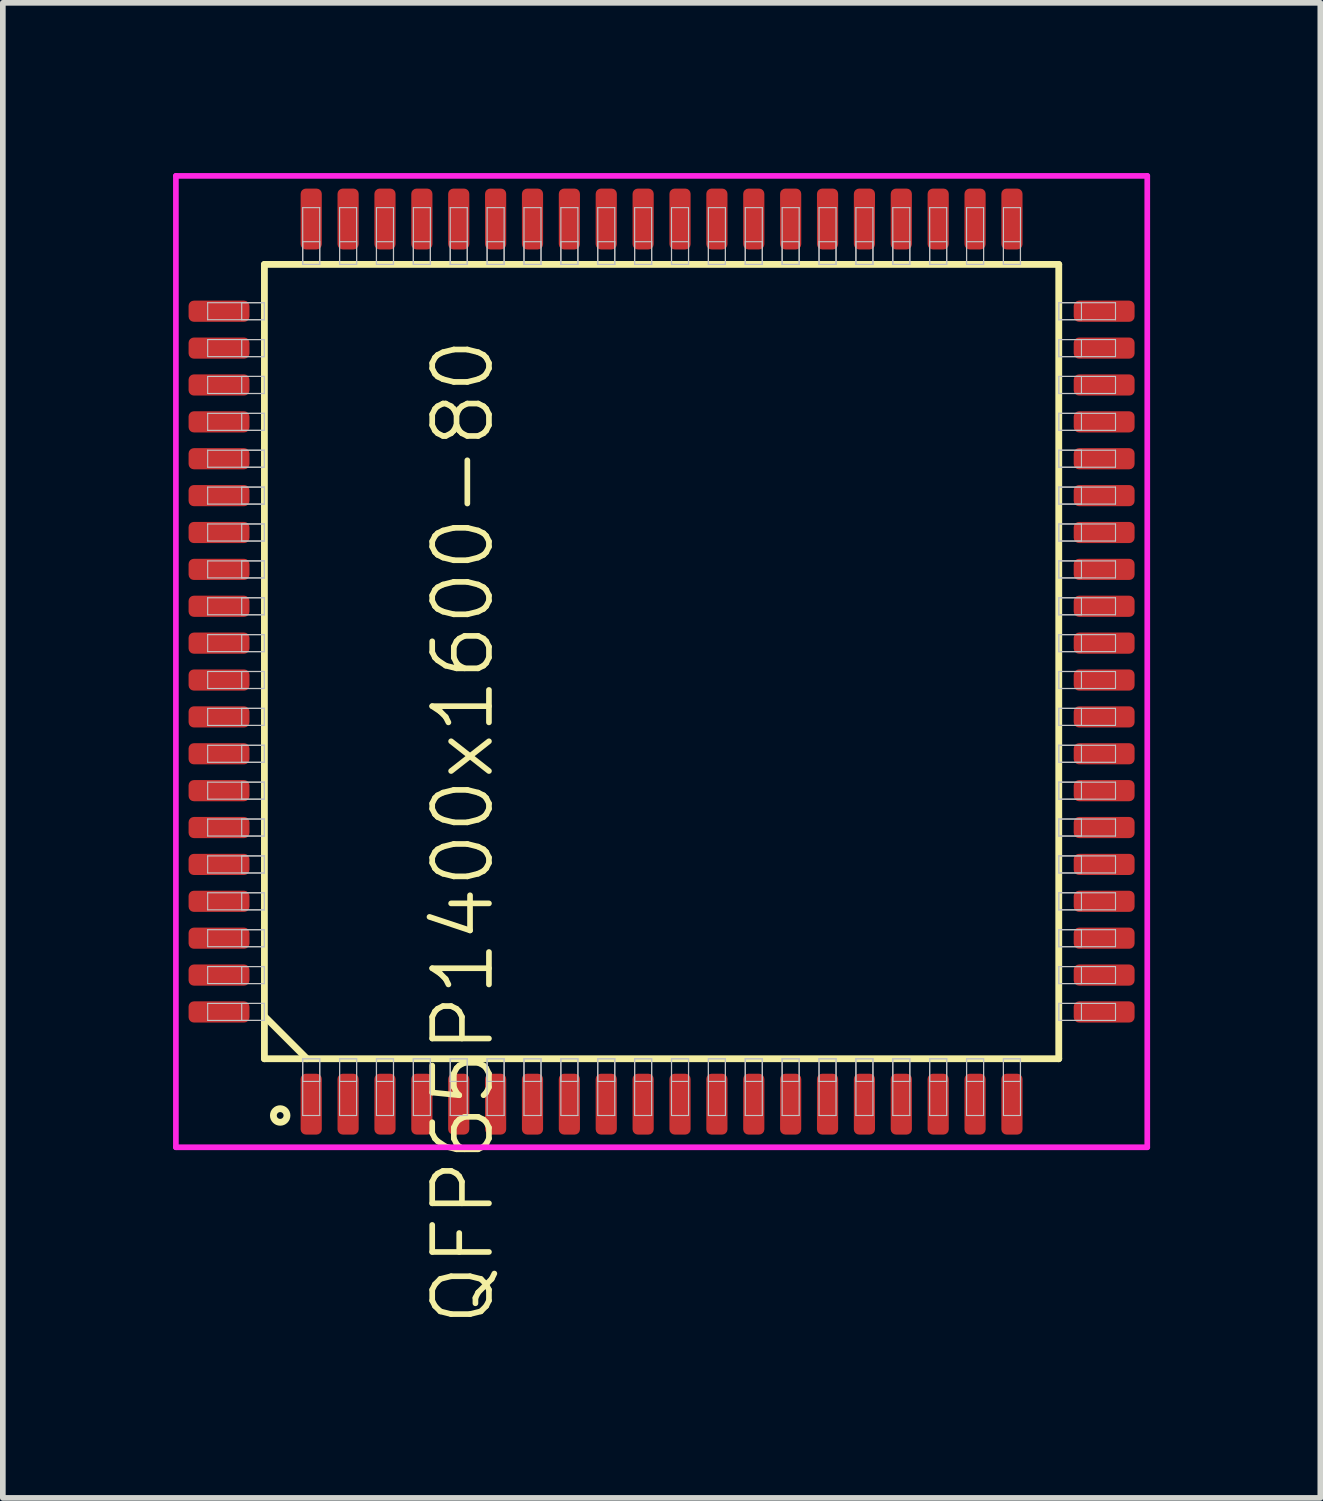
<source format=kicad_pcb>
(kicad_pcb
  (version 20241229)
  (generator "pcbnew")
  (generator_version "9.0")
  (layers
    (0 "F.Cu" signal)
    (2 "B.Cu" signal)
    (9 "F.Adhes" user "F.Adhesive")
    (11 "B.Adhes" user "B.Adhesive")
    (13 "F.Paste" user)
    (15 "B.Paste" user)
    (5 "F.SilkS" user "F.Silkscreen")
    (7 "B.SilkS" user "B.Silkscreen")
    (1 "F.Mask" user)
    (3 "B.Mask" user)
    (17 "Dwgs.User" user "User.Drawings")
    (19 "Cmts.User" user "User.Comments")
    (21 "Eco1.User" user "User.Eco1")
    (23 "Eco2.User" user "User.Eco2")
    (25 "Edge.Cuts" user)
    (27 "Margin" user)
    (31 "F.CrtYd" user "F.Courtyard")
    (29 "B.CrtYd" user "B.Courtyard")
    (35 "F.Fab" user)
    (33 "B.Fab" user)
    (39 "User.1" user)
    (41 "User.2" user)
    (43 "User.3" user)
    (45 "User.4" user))
  (footprint "QFP65P1400x1600-80"
    (layer "F.Cu")
    (at 8.61 8.61)
    (property "Reference" "QFP65P1400x1600-80" (at -3.5 3 90) (layer "F.SilkS") (effects (font (size 1 1) (thickness 0.1))))
    (attr through_hole)
    (fp_line (start -7 -7) (end -7 7) (stroke (width 0.12) (type solid)) (layer "F.SilkS"))
    (fp_line (start -7 6.25) (end -6.25 7) (stroke (width 0.12) (type solid)) (layer "F.SilkS"))
    (fp_line (start -7 7) (end 7 7) (stroke (width 0.12) (type solid)) (layer "F.SilkS"))
    (fp_line (start 7 -7) (end -7 -7) (stroke (width 0.12) (type solid)) (layer "F.SilkS"))
    (fp_line (start 7 7) (end 7 -7) (stroke (width 0.12) (type solid)) (layer "F.SilkS"))
    (fp_circle (center -6.722 8) (end -6.602 8) (stroke (width 0.12) (type solid)) (fill no) (layer "F.SilkS"))
    (fp_line (start -8 -6.325) (end -8 -6.025) (stroke (width 0.02) (type solid)) (layer "Dwgs.User"))
    (fp_line (start -8 -6.025) (end -7 -6.025) (stroke (width 0.02) (type solid)) (layer "Dwgs.User"))
    (fp_line (start -8 -5.675) (end -8 -5.375) (stroke (width 0.02) (type solid)) (layer "Dwgs.User"))
    (fp_line (start -8 -5.375) (end -7 -5.375) (stroke (width 0.02) (type solid)) (layer "Dwgs.User"))
    (fp_line (start -8 -5.025) (end -8 -4.725) (stroke (width 0.02) (type solid)) (layer "Dwgs.User"))
    (fp_line (start -8 -4.725) (end -7 -4.725) (stroke (width 0.02) (type solid)) (layer "Dwgs.User"))
    (fp_line (start -8 -4.375) (end -8 -4.075) (stroke (width 0.02) (type solid)) (layer "Dwgs.User"))
    (fp_line (start -8 -4.075) (end -7 -4.075) (stroke (width 0.02) (type solid)) (layer "Dwgs.User"))
    (fp_line (start -8 -3.725) (end -8 -3.425) (stroke (width 0.02) (type solid)) (layer "Dwgs.User"))
    (fp_line (start -8 -3.425) (end -7 -3.425) (stroke (width 0.02) (type solid)) (layer "Dwgs.User"))
    (fp_line (start -8 -3.075) (end -8 -2.775) (stroke (width 0.02) (type solid)) (layer "Dwgs.User"))
    (fp_line (start -8 -2.775) (end -7 -2.775) (stroke (width 0.02) (type solid)) (layer "Dwgs.User"))
    (fp_line (start -8 -2.425) (end -8 -2.125) (stroke (width 0.02) (type solid)) (layer "Dwgs.User"))
    (fp_line (start -8 -2.125) (end -7 -2.125) (stroke (width 0.02) (type solid)) (layer "Dwgs.User"))
    (fp_line (start -8 -1.775) (end -8 -1.475) (stroke (width 0.02) (type solid)) (layer "Dwgs.User"))
    (fp_line (start -8 -1.475) (end -7 -1.475) (stroke (width 0.02) (type solid)) (layer "Dwgs.User"))
    (fp_line (start -8 -1.125) (end -8 -0.825) (stroke (width 0.02) (type solid)) (layer "Dwgs.User"))
    (fp_line (start -8 -0.825) (end -7 -0.825) (stroke (width 0.02) (type solid)) (layer "Dwgs.User"))
    (fp_line (start -8 -0.475) (end -8 -0.175) (stroke (width 0.02) (type solid)) (layer "Dwgs.User"))
    (fp_line (start -8 -0.175) (end -7 -0.175) (stroke (width 0.02) (type solid)) (layer "Dwgs.User"))
    (fp_line (start -8 0.175) (end -8 0.475) (stroke (width 0.02) (type solid)) (layer "Dwgs.User"))
    (fp_line (start -8 0.475) (end -7 0.475) (stroke (width 0.02) (type solid)) (layer "Dwgs.User"))
    (fp_line (start -8 0.825) (end -8 1.125) (stroke (width 0.02) (type solid)) (layer "Dwgs.User"))
    (fp_line (start -8 1.125) (end -7 1.125) (stroke (width 0.02) (type solid)) (layer "Dwgs.User"))
    (fp_line (start -8 1.475) (end -8 1.775) (stroke (width 0.02) (type solid)) (layer "Dwgs.User"))
    (fp_line (start -8 1.775) (end -7 1.775) (stroke (width 0.02) (type solid)) (layer "Dwgs.User"))
    (fp_line (start -8 2.125) (end -8 2.425) (stroke (width 0.02) (type solid)) (layer "Dwgs.User"))
    (fp_line (start -8 2.425) (end -7 2.425) (stroke (width 0.02) (type solid)) (layer "Dwgs.User"))
    (fp_line (start -8 2.775) (end -8 3.075) (stroke (width 0.02) (type solid)) (layer "Dwgs.User"))
    (fp_line (start -8 3.075) (end -7 3.075) (stroke (width 0.02) (type solid)) (layer "Dwgs.User"))
    (fp_line (start -8 3.425) (end -8 3.725) (stroke (width 0.02) (type solid)) (layer "Dwgs.User"))
    (fp_line (start -8 3.725) (end -7 3.725) (stroke (width 0.02) (type solid)) (layer "Dwgs.User"))
    (fp_line (start -8 4.075) (end -8 4.375) (stroke (width 0.02) (type solid)) (layer "Dwgs.User"))
    (fp_line (start -8 4.375) (end -7 4.375) (stroke (width 0.02) (type solid)) (layer "Dwgs.User"))
    (fp_line (start -8 4.725) (end -8 5.025) (stroke (width 0.02) (type solid)) (layer "Dwgs.User"))
    (fp_line (start -8 5.025) (end -7 5.025) (stroke (width 0.02) (type solid)) (layer "Dwgs.User"))
    (fp_line (start -8 5.375) (end -8 5.675) (stroke (width 0.02) (type solid)) (layer "Dwgs.User"))
    (fp_line (start -8 5.675) (end -7 5.675) (stroke (width 0.02) (type solid)) (layer "Dwgs.User"))
    (fp_line (start -8 6.025) (end -8 6.325) (stroke (width 0.02) (type solid)) (layer "Dwgs.User"))
    (fp_line (start -8 6.325) (end -7 6.325) (stroke (width 0.02) (type solid)) (layer "Dwgs.User"))
    (fp_line (start -7.4 -6.325) (end -7.4 -6.025) (stroke (width 0.02) (type solid)) (layer "Dwgs.User"))
    (fp_line (start -7.4 -6.025) (end -7 -6.025) (stroke (width 0.02) (type solid)) (layer "Dwgs.User"))
    (fp_line (start -7.4 -5.675) (end -7.4 -5.375) (stroke (width 0.02) (type solid)) (layer "Dwgs.User"))
    (fp_line (start -7.4 -5.375) (end -7 -5.375) (stroke (width 0.02) (type solid)) (layer "Dwgs.User"))
    (fp_line (start -7.4 -5.025) (end -7.4 -4.725) (stroke (width 0.02) (type solid)) (layer "Dwgs.User"))
    (fp_line (start -7.4 -4.725) (end -7 -4.725) (stroke (width 0.02) (type solid)) (layer "Dwgs.User"))
    (fp_line (start -7.4 -4.375) (end -7.4 -4.075) (stroke (width 0.02) (type solid)) (layer "Dwgs.User"))
    (fp_line (start -7.4 -4.075) (end -7 -4.075) (stroke (width 0.02) (type solid)) (layer "Dwgs.User"))
    (fp_line (start -7.4 -3.725) (end -7.4 -3.425) (stroke (width 0.02) (type solid)) (layer "Dwgs.User"))
    (fp_line (start -7.4 -3.425) (end -7 -3.425) (stroke (width 0.02) (type solid)) (layer "Dwgs.User"))
    (fp_line (start -7.4 -3.075) (end -7.4 -2.775) (stroke (width 0.02) (type solid)) (layer "Dwgs.User"))
    (fp_line (start -7.4 -2.775) (end -7 -2.775) (stroke (width 0.02) (type solid)) (layer "Dwgs.User"))
    (fp_line (start -7.4 -2.425) (end -7.4 -2.125) (stroke (width 0.02) (type solid)) (layer "Dwgs.User"))
    (fp_line (start -7.4 -2.125) (end -7 -2.125) (stroke (width 0.02) (type solid)) (layer "Dwgs.User"))
    (fp_line (start -7.4 -1.775) (end -7.4 -1.475) (stroke (width 0.02) (type solid)) (layer "Dwgs.User"))
    (fp_line (start -7.4 -1.475) (end -7 -1.475) (stroke (width 0.02) (type solid)) (layer "Dwgs.User"))
    (fp_line (start -7.4 -1.125) (end -7.4 -0.825) (stroke (width 0.02) (type solid)) (layer "Dwgs.User"))
    (fp_line (start -7.4 -0.825) (end -7 -0.825) (stroke (width 0.02) (type solid)) (layer "Dwgs.User"))
    (fp_line (start -7.4 -0.475) (end -7.4 -0.175) (stroke (width 0.02) (type solid)) (layer "Dwgs.User"))
    (fp_line (start -7.4 -0.175) (end -7 -0.175) (stroke (width 0.02) (type solid)) (layer "Dwgs.User"))
    (fp_line (start -7.4 0.175) (end -7.4 0.475) (stroke (width 0.02) (type solid)) (layer "Dwgs.User"))
    (fp_line (start -7.4 0.475) (end -7 0.475) (stroke (width 0.02) (type solid)) (layer "Dwgs.User"))
    (fp_line (start -7.4 0.825) (end -7.4 1.125) (stroke (width 0.02) (type solid)) (layer "Dwgs.User"))
    (fp_line (start -7.4 1.125) (end -7 1.125) (stroke (width 0.02) (type solid)) (layer "Dwgs.User"))
    (fp_line (start -7.4 1.475) (end -7.4 1.775) (stroke (width 0.02) (type solid)) (layer "Dwgs.User"))
    (fp_line (start -7.4 1.775) (end -7 1.775) (stroke (width 0.02) (type solid)) (layer "Dwgs.User"))
    (fp_line (start -7.4 2.125) (end -7.4 2.425) (stroke (width 0.02) (type solid)) (layer "Dwgs.User"))
    (fp_line (start -7.4 2.425) (end -7 2.425) (stroke (width 0.02) (type solid)) (layer "Dwgs.User"))
    (fp_line (start -7.4 2.775) (end -7.4 3.075) (stroke (width 0.02) (type solid)) (layer "Dwgs.User"))
    (fp_line (start -7.4 3.075) (end -7 3.075) (stroke (width 0.02) (type solid)) (layer "Dwgs.User"))
    (fp_line (start -7.4 3.425) (end -7.4 3.725) (stroke (width 0.02) (type solid)) (layer "Dwgs.User"))
    (fp_line (start -7.4 3.725) (end -7 3.725) (stroke (width 0.02) (type solid)) (layer "Dwgs.User"))
    (fp_line (start -7.4 4.075) (end -7.4 4.375) (stroke (width 0.02) (type solid)) (layer "Dwgs.User"))
    (fp_line (start -7.4 4.375) (end -7 4.375) (stroke (width 0.02) (type solid)) (layer "Dwgs.User"))
    (fp_line (start -7.4 4.725) (end -7.4 5.025) (stroke (width 0.02) (type solid)) (layer "Dwgs.User"))
    (fp_line (start -7.4 5.025) (end -7 5.025) (stroke (width 0.02) (type solid)) (layer "Dwgs.User"))
    (fp_line (start -7.4 5.375) (end -7.4 5.675) (stroke (width 0.02) (type solid)) (layer "Dwgs.User"))
    (fp_line (start -7.4 5.675) (end -7 5.675) (stroke (width 0.02) (type solid)) (layer "Dwgs.User"))
    (fp_line (start -7.4 6.025) (end -7.4 6.325) (stroke (width 0.02) (type solid)) (layer "Dwgs.User"))
    (fp_line (start -7.4 6.325) (end -7 6.325) (stroke (width 0.02) (type solid)) (layer "Dwgs.User"))
    (fp_line (start -7 -6.325) (end -8 -6.325) (stroke (width 0.02) (type solid)) (layer "Dwgs.User"))
    (fp_line (start -7 -6.325) (end -7.4 -6.325) (stroke (width 0.02) (type solid)) (layer "Dwgs.User"))
    (fp_line (start -7 -6.025) (end -7 -6.325) (stroke (width 0.02) (type solid)) (layer "Dwgs.User"))
    (fp_line (start -7 -6.025) (end -7 -6.325) (stroke (width 0.02) (type solid)) (layer "Dwgs.User"))
    (fp_line (start -7 -5.675) (end -8 -5.675) (stroke (width 0.02) (type solid)) (layer "Dwgs.User"))
    (fp_line (start -7 -5.675) (end -7.4 -5.675) (stroke (width 0.02) (type solid)) (layer "Dwgs.User"))
    (fp_line (start -7 -5.375) (end -7 -5.675) (stroke (width 0.02) (type solid)) (layer "Dwgs.User"))
    (fp_line (start -7 -5.375) (end -7 -5.675) (stroke (width 0.02) (type solid)) (layer "Dwgs.User"))
    (fp_line (start -7 -5.025) (end -8 -5.025) (stroke (width 0.02) (type solid)) (layer "Dwgs.User"))
    (fp_line (start -7 -5.025) (end -7.4 -5.025) (stroke (width 0.02) (type solid)) (layer "Dwgs.User"))
    (fp_line (start -7 -4.725) (end -7 -5.025) (stroke (width 0.02) (type solid)) (layer "Dwgs.User"))
    (fp_line (start -7 -4.725) (end -7 -5.025) (stroke (width 0.02) (type solid)) (layer "Dwgs.User"))
    (fp_line (start -7 -4.375) (end -8 -4.375) (stroke (width 0.02) (type solid)) (layer "Dwgs.User"))
    (fp_line (start -7 -4.375) (end -7.4 -4.375) (stroke (width 0.02) (type solid)) (layer "Dwgs.User"))
    (fp_line (start -7 -4.075) (end -7 -4.375) (stroke (width 0.02) (type solid)) (layer "Dwgs.User"))
    (fp_line (start -7 -4.075) (end -7 -4.375) (stroke (width 0.02) (type solid)) (layer "Dwgs.User"))
    (fp_line (start -7 -3.725) (end -8 -3.725) (stroke (width 0.02) (type solid)) (layer "Dwgs.User"))
    (fp_line (start -7 -3.725) (end -7.4 -3.725) (stroke (width 0.02) (type solid)) (layer "Dwgs.User"))
    (fp_line (start -7 -3.425) (end -7 -3.725) (stroke (width 0.02) (type solid)) (layer "Dwgs.User"))
    (fp_line (start -7 -3.425) (end -7 -3.725) (stroke (width 0.02) (type solid)) (layer "Dwgs.User"))
    (fp_line (start -7 -3.075) (end -8 -3.075) (stroke (width 0.02) (type solid)) (layer "Dwgs.User"))
    (fp_line (start -7 -3.075) (end -7.4 -3.075) (stroke (width 0.02) (type solid)) (layer "Dwgs.User"))
    (fp_line (start -7 -2.775) (end -7 -3.075) (stroke (width 0.02) (type solid)) (layer "Dwgs.User"))
    (fp_line (start -7 -2.775) (end -7 -3.075) (stroke (width 0.02) (type solid)) (layer "Dwgs.User"))
    (fp_line (start -7 -2.425) (end -8 -2.425) (stroke (width 0.02) (type solid)) (layer "Dwgs.User"))
    (fp_line (start -7 -2.425) (end -7.4 -2.425) (stroke (width 0.02) (type solid)) (layer "Dwgs.User"))
    (fp_line (start -7 -2.125) (end -7 -2.425) (stroke (width 0.02) (type solid)) (layer "Dwgs.User"))
    (fp_line (start -7 -2.125) (end -7 -2.425) (stroke (width 0.02) (type solid)) (layer "Dwgs.User"))
    (fp_line (start -7 -1.775) (end -8 -1.775) (stroke (width 0.02) (type solid)) (layer "Dwgs.User"))
    (fp_line (start -7 -1.775) (end -7.4 -1.775) (stroke (width 0.02) (type solid)) (layer "Dwgs.User"))
    (fp_line (start -7 -1.475) (end -7 -1.775) (stroke (width 0.02) (type solid)) (layer "Dwgs.User"))
    (fp_line (start -7 -1.475) (end -7 -1.775) (stroke (width 0.02) (type solid)) (layer "Dwgs.User"))
    (fp_line (start -7 -1.125) (end -8 -1.125) (stroke (width 0.02) (type solid)) (layer "Dwgs.User"))
    (fp_line (start -7 -1.125) (end -7.4 -1.125) (stroke (width 0.02) (type solid)) (layer "Dwgs.User"))
    (fp_line (start -7 -0.825) (end -7 -1.125) (stroke (width 0.02) (type solid)) (layer "Dwgs.User"))
    (fp_line (start -7 -0.825) (end -7 -1.125) (stroke (width 0.02) (type solid)) (layer "Dwgs.User"))
    (fp_line (start -7 -0.475) (end -8 -0.475) (stroke (width 0.02) (type solid)) (layer "Dwgs.User"))
    (fp_line (start -7 -0.475) (end -7.4 -0.475) (stroke (width 0.02) (type solid)) (layer "Dwgs.User"))
    (fp_line (start -7 -0.175) (end -7 -0.475) (stroke (width 0.02) (type solid)) (layer "Dwgs.User"))
    (fp_line (start -7 -0.175) (end -7 -0.475) (stroke (width 0.02) (type solid)) (layer "Dwgs.User"))
    (fp_line (start -7 0.175) (end -8 0.175) (stroke (width 0.02) (type solid)) (layer "Dwgs.User"))
    (fp_line (start -7 0.175) (end -7.4 0.175) (stroke (width 0.02) (type solid)) (layer "Dwgs.User"))
    (fp_line (start -7 0.475) (end -7 0.175) (stroke (width 0.02) (type solid)) (layer "Dwgs.User"))
    (fp_line (start -7 0.475) (end -7 0.175) (stroke (width 0.02) (type solid)) (layer "Dwgs.User"))
    (fp_line (start -7 0.825) (end -8 0.825) (stroke (width 0.02) (type solid)) (layer "Dwgs.User"))
    (fp_line (start -7 0.825) (end -7.4 0.825) (stroke (width 0.02) (type solid)) (layer "Dwgs.User"))
    (fp_line (start -7 1.125) (end -7 0.825) (stroke (width 0.02) (type solid)) (layer "Dwgs.User"))
    (fp_line (start -7 1.125) (end -7 0.825) (stroke (width 0.02) (type solid)) (layer "Dwgs.User"))
    (fp_line (start -7 1.475) (end -8 1.475) (stroke (width 0.02) (type solid)) (layer "Dwgs.User"))
    (fp_line (start -7 1.475) (end -7.4 1.475) (stroke (width 0.02) (type solid)) (layer "Dwgs.User"))
    (fp_line (start -7 1.775) (end -7 1.475) (stroke (width 0.02) (type solid)) (layer "Dwgs.User"))
    (fp_line (start -7 1.775) (end -7 1.475) (stroke (width 0.02) (type solid)) (layer "Dwgs.User"))
    (fp_line (start -7 2.125) (end -8 2.125) (stroke (width 0.02) (type solid)) (layer "Dwgs.User"))
    (fp_line (start -7 2.125) (end -7.4 2.125) (stroke (width 0.02) (type solid)) (layer "Dwgs.User"))
    (fp_line (start -7 2.425) (end -7 2.125) (stroke (width 0.02) (type solid)) (layer "Dwgs.User"))
    (fp_line (start -7 2.425) (end -7 2.125) (stroke (width 0.02) (type solid)) (layer "Dwgs.User"))
    (fp_line (start -7 2.775) (end -8 2.775) (stroke (width 0.02) (type solid)) (layer "Dwgs.User"))
    (fp_line (start -7 2.775) (end -7.4 2.775) (stroke (width 0.02) (type solid)) (layer "Dwgs.User"))
    (fp_line (start -7 3.075) (end -7 2.775) (stroke (width 0.02) (type solid)) (layer "Dwgs.User"))
    (fp_line (start -7 3.075) (end -7 2.775) (stroke (width 0.02) (type solid)) (layer "Dwgs.User"))
    (fp_line (start -7 3.425) (end -8 3.425) (stroke (width 0.02) (type solid)) (layer "Dwgs.User"))
    (fp_line (start -7 3.425) (end -7.4 3.425) (stroke (width 0.02) (type solid)) (layer "Dwgs.User"))
    (fp_line (start -7 3.725) (end -7 3.425) (stroke (width 0.02) (type solid)) (layer "Dwgs.User"))
    (fp_line (start -7 3.725) (end -7 3.425) (stroke (width 0.02) (type solid)) (layer "Dwgs.User"))
    (fp_line (start -7 4.075) (end -8 4.075) (stroke (width 0.02) (type solid)) (layer "Dwgs.User"))
    (fp_line (start -7 4.075) (end -7.4 4.075) (stroke (width 0.02) (type solid)) (layer "Dwgs.User"))
    (fp_line (start -7 4.375) (end -7 4.075) (stroke (width 0.02) (type solid)) (layer "Dwgs.User"))
    (fp_line (start -7 4.375) (end -7 4.075) (stroke (width 0.02) (type solid)) (layer "Dwgs.User"))
    (fp_line (start -7 4.725) (end -8 4.725) (stroke (width 0.02) (type solid)) (layer "Dwgs.User"))
    (fp_line (start -7 4.725) (end -7.4 4.725) (stroke (width 0.02) (type solid)) (layer "Dwgs.User"))
    (fp_line (start -7 5.025) (end -7 4.725) (stroke (width 0.02) (type solid)) (layer "Dwgs.User"))
    (fp_line (start -7 5.025) (end -7 4.725) (stroke (width 0.02) (type solid)) (layer "Dwgs.User"))
    (fp_line (start -7 5.375) (end -8 5.375) (stroke (width 0.02) (type solid)) (layer "Dwgs.User"))
    (fp_line (start -7 5.375) (end -7.4 5.375) (stroke (width 0.02) (type solid)) (layer "Dwgs.User"))
    (fp_line (start -7 5.675) (end -7 5.375) (stroke (width 0.02) (type solid)) (layer "Dwgs.User"))
    (fp_line (start -7 5.675) (end -7 5.375) (stroke (width 0.02) (type solid)) (layer "Dwgs.User"))
    (fp_line (start -7 6.025) (end -8 6.025) (stroke (width 0.02) (type solid)) (layer "Dwgs.User"))
    (fp_line (start -7 6.025) (end -7.4 6.025) (stroke (width 0.02) (type solid)) (layer "Dwgs.User"))
    (fp_line (start -7 6.325) (end -7 6.025) (stroke (width 0.02) (type solid)) (layer "Dwgs.User"))
    (fp_line (start -7 6.325) (end -7 6.025) (stroke (width 0.02) (type solid)) (layer "Dwgs.User"))
    (fp_line (start -6.325 -8) (end -6.325 -7) (stroke (width 0.02) (type solid)) (layer "Dwgs.User"))
    (fp_line (start -6.325 -7.4) (end -6.325 -7) (stroke (width 0.02) (type solid)) (layer "Dwgs.User"))
    (fp_line (start -6.325 -7) (end -6.025 -7) (stroke (width 0.02) (type solid)) (layer "Dwgs.User"))
    (fp_line (start -6.325 -7) (end -6.025 -7) (stroke (width 0.02) (type solid)) (layer "Dwgs.User"))
    (fp_line (start -6.325 7) (end -6.025 7) (stroke (width 0.02) (type solid)) (layer "Dwgs.User"))
    (fp_line (start -6.325 7) (end -6.025 7) (stroke (width 0.02) (type solid)) (layer "Dwgs.User"))
    (fp_line (start -6.325 7.4) (end -6.325 7) (stroke (width 0.02) (type solid)) (layer "Dwgs.User"))
    (fp_line (start -6.325 8) (end -6.325 7) (stroke (width 0.02) (type solid)) (layer "Dwgs.User"))
    (fp_line (start -6.025 -8) (end -6.325 -8) (stroke (width 0.02) (type solid)) (layer "Dwgs.User"))
    (fp_line (start -6.025 -7.4) (end -6.325 -7.4) (stroke (width 0.02) (type solid)) (layer "Dwgs.User"))
    (fp_line (start -6.025 -7) (end -6.025 -8) (stroke (width 0.02) (type solid)) (layer "Dwgs.User"))
    (fp_line (start -6.025 -7) (end -6.025 -7.4) (stroke (width 0.02) (type solid)) (layer "Dwgs.User"))
    (fp_line (start -6.025 7) (end -6.025 7.4) (stroke (width 0.02) (type solid)) (layer "Dwgs.User"))
    (fp_line (start -6.025 7) (end -6.025 8) (stroke (width 0.02) (type solid)) (layer "Dwgs.User"))
    (fp_line (start -6.025 7.4) (end -6.325 7.4) (stroke (width 0.02) (type solid)) (layer "Dwgs.User"))
    (fp_line (start -6.025 8) (end -6.325 8) (stroke (width 0.02) (type solid)) (layer "Dwgs.User"))
    (fp_line (start -5.675 -8) (end -5.675 -7) (stroke (width 0.02) (type solid)) (layer "Dwgs.User"))
    (fp_line (start -5.675 -7.4) (end -5.675 -7) (stroke (width 0.02) (type solid)) (layer "Dwgs.User"))
    (fp_line (start -5.675 -7) (end -5.375 -7) (stroke (width 0.02) (type solid)) (layer "Dwgs.User"))
    (fp_line (start -5.675 -7) (end -5.375 -7) (stroke (width 0.02) (type solid)) (layer "Dwgs.User"))
    (fp_line (start -5.675 7) (end -5.375 7) (stroke (width 0.02) (type solid)) (layer "Dwgs.User"))
    (fp_line (start -5.675 7) (end -5.375 7) (stroke (width 0.02) (type solid)) (layer "Dwgs.User"))
    (fp_line (start -5.675 7.4) (end -5.675 7) (stroke (width 0.02) (type solid)) (layer "Dwgs.User"))
    (fp_line (start -5.675 8) (end -5.675 7) (stroke (width 0.02) (type solid)) (layer "Dwgs.User"))
    (fp_line (start -5.375 -8) (end -5.675 -8) (stroke (width 0.02) (type solid)) (layer "Dwgs.User"))
    (fp_line (start -5.375 -7.4) (end -5.675 -7.4) (stroke (width 0.02) (type solid)) (layer "Dwgs.User"))
    (fp_line (start -5.375 -7) (end -5.375 -8) (stroke (width 0.02) (type solid)) (layer "Dwgs.User"))
    (fp_line (start -5.375 -7) (end -5.375 -7.4) (stroke (width 0.02) (type solid)) (layer "Dwgs.User"))
    (fp_line (start -5.375 7) (end -5.375 7.4) (stroke (width 0.02) (type solid)) (layer "Dwgs.User"))
    (fp_line (start -5.375 7) (end -5.375 8) (stroke (width 0.02) (type solid)) (layer "Dwgs.User"))
    (fp_line (start -5.375 7.4) (end -5.675 7.4) (stroke (width 0.02) (type solid)) (layer "Dwgs.User"))
    (fp_line (start -5.375 8) (end -5.675 8) (stroke (width 0.02) (type solid)) (layer "Dwgs.User"))
    (fp_line (start -5.025 -8) (end -5.025 -7) (stroke (width 0.02) (type solid)) (layer "Dwgs.User"))
    (fp_line (start -5.025 -7.4) (end -5.025 -7) (stroke (width 0.02) (type solid)) (layer "Dwgs.User"))
    (fp_line (start -5.025 -7) (end -4.725 -7) (stroke (width 0.02) (type solid)) (layer "Dwgs.User"))
    (fp_line (start -5.025 -7) (end -4.725 -7) (stroke (width 0.02) (type solid)) (layer "Dwgs.User"))
    (fp_line (start -5.025 7) (end -4.725 7) (stroke (width 0.02) (type solid)) (layer "Dwgs.User"))
    (fp_line (start -5.025 7) (end -4.725 7) (stroke (width 0.02) (type solid)) (layer "Dwgs.User"))
    (fp_line (start -5.025 7.4) (end -5.025 7) (stroke (width 0.02) (type solid)) (layer "Dwgs.User"))
    (fp_line (start -5.025 8) (end -5.025 7) (stroke (width 0.02) (type solid)) (layer "Dwgs.User"))
    (fp_line (start -4.725 -8) (end -5.025 -8) (stroke (width 0.02) (type solid)) (layer "Dwgs.User"))
    (fp_line (start -4.725 -7.4) (end -5.025 -7.4) (stroke (width 0.02) (type solid)) (layer "Dwgs.User"))
    (fp_line (start -4.725 -7) (end -4.725 -8) (stroke (width 0.02) (type solid)) (layer "Dwgs.User"))
    (fp_line (start -4.725 -7) (end -4.725 -7.4) (stroke (width 0.02) (type solid)) (layer "Dwgs.User"))
    (fp_line (start -4.725 7) (end -4.725 7.4) (stroke (width 0.02) (type solid)) (layer "Dwgs.User"))
    (fp_line (start -4.725 7) (end -4.725 8) (stroke (width 0.02) (type solid)) (layer "Dwgs.User"))
    (fp_line (start -4.725 7.4) (end -5.025 7.4) (stroke (width 0.02) (type solid)) (layer "Dwgs.User"))
    (fp_line (start -4.725 8) (end -5.025 8) (stroke (width 0.02) (type solid)) (layer "Dwgs.User"))
    (fp_line (start -4.375 -8) (end -4.375 -7) (stroke (width 0.02) (type solid)) (layer "Dwgs.User"))
    (fp_line (start -4.375 -7.4) (end -4.375 -7) (stroke (width 0.02) (type solid)) (layer "Dwgs.User"))
    (fp_line (start -4.375 -7) (end -4.075 -7) (stroke (width 0.02) (type solid)) (layer "Dwgs.User"))
    (fp_line (start -4.375 -7) (end -4.075 -7) (stroke (width 0.02) (type solid)) (layer "Dwgs.User"))
    (fp_line (start -4.375 7) (end -4.075 7) (stroke (width 0.02) (type solid)) (layer "Dwgs.User"))
    (fp_line (start -4.375 7) (end -4.075 7) (stroke (width 0.02) (type solid)) (layer "Dwgs.User"))
    (fp_line (start -4.375 7.4) (end -4.375 7) (stroke (width 0.02) (type solid)) (layer "Dwgs.User"))
    (fp_line (start -4.375 8) (end -4.375 7) (stroke (width 0.02) (type solid)) (layer "Dwgs.User"))
    (fp_line (start -4.075 -8) (end -4.375 -8) (stroke (width 0.02) (type solid)) (layer "Dwgs.User"))
    (fp_line (start -4.075 -7.4) (end -4.375 -7.4) (stroke (width 0.02) (type solid)) (layer "Dwgs.User"))
    (fp_line (start -4.075 -7) (end -4.075 -8) (stroke (width 0.02) (type solid)) (layer "Dwgs.User"))
    (fp_line (start -4.075 -7) (end -4.075 -7.4) (stroke (width 0.02) (type solid)) (layer "Dwgs.User"))
    (fp_line (start -4.075 7) (end -4.075 7.4) (stroke (width 0.02) (type solid)) (layer "Dwgs.User"))
    (fp_line (start -4.075 7) (end -4.075 8) (stroke (width 0.02) (type solid)) (layer "Dwgs.User"))
    (fp_line (start -4.075 7.4) (end -4.375 7.4) (stroke (width 0.02) (type solid)) (layer "Dwgs.User"))
    (fp_line (start -4.075 8) (end -4.375 8) (stroke (width 0.02) (type solid)) (layer "Dwgs.User"))
    (fp_line (start -3.725 -8) (end -3.725 -7) (stroke (width 0.02) (type solid)) (layer "Dwgs.User"))
    (fp_line (start -3.725 -7.4) (end -3.725 -7) (stroke (width 0.02) (type solid)) (layer "Dwgs.User"))
    (fp_line (start -3.725 -7) (end -3.425 -7) (stroke (width 0.02) (type solid)) (layer "Dwgs.User"))
    (fp_line (start -3.725 -7) (end -3.425 -7) (stroke (width 0.02) (type solid)) (layer "Dwgs.User"))
    (fp_line (start -3.725 7) (end -3.425 7) (stroke (width 0.02) (type solid)) (layer "Dwgs.User"))
    (fp_line (start -3.725 7) (end -3.425 7) (stroke (width 0.02) (type solid)) (layer "Dwgs.User"))
    (fp_line (start -3.725 7.4) (end -3.725 7) (stroke (width 0.02) (type solid)) (layer "Dwgs.User"))
    (fp_line (start -3.725 8) (end -3.725 7) (stroke (width 0.02) (type solid)) (layer "Dwgs.User"))
    (fp_line (start -3.425 -8) (end -3.725 -8) (stroke (width 0.02) (type solid)) (layer "Dwgs.User"))
    (fp_line (start -3.425 -7.4) (end -3.725 -7.4) (stroke (width 0.02) (type solid)) (layer "Dwgs.User"))
    (fp_line (start -3.425 -7) (end -3.425 -8) (stroke (width 0.02) (type solid)) (layer "Dwgs.User"))
    (fp_line (start -3.425 -7) (end -3.425 -7.4) (stroke (width 0.02) (type solid)) (layer "Dwgs.User"))
    (fp_line (start -3.425 7) (end -3.425 7.4) (stroke (width 0.02) (type solid)) (layer "Dwgs.User"))
    (fp_line (start -3.425 7) (end -3.425 8) (stroke (width 0.02) (type solid)) (layer "Dwgs.User"))
    (fp_line (start -3.425 7.4) (end -3.725 7.4) (stroke (width 0.02) (type solid)) (layer "Dwgs.User"))
    (fp_line (start -3.425 8) (end -3.725 8) (stroke (width 0.02) (type solid)) (layer "Dwgs.User"))
    (fp_line (start -3.075 -8) (end -3.075 -7) (stroke (width 0.02) (type solid)) (layer "Dwgs.User"))
    (fp_line (start -3.075 -7.4) (end -3.075 -7) (stroke (width 0.02) (type solid)) (layer "Dwgs.User"))
    (fp_line (start -3.075 -7) (end -2.775 -7) (stroke (width 0.02) (type solid)) (layer "Dwgs.User"))
    (fp_line (start -3.075 -7) (end -2.775 -7) (stroke (width 0.02) (type solid)) (layer "Dwgs.User"))
    (fp_line (start -3.075 7) (end -2.775 7) (stroke (width 0.02) (type solid)) (layer "Dwgs.User"))
    (fp_line (start -3.075 7) (end -2.775 7) (stroke (width 0.02) (type solid)) (layer "Dwgs.User"))
    (fp_line (start -3.075 7.4) (end -3.075 7) (stroke (width 0.02) (type solid)) (layer "Dwgs.User"))
    (fp_line (start -3.075 8) (end -3.075 7) (stroke (width 0.02) (type solid)) (layer "Dwgs.User"))
    (fp_line (start -2.775 -8) (end -3.075 -8) (stroke (width 0.02) (type solid)) (layer "Dwgs.User"))
    (fp_line (start -2.775 -7.4) (end -3.075 -7.4) (stroke (width 0.02) (type solid)) (layer "Dwgs.User"))
    (fp_line (start -2.775 -7) (end -2.775 -8) (stroke (width 0.02) (type solid)) (layer "Dwgs.User"))
    (fp_line (start -2.775 -7) (end -2.775 -7.4) (stroke (width 0.02) (type solid)) (layer "Dwgs.User"))
    (fp_line (start -2.775 7) (end -2.775 7.4) (stroke (width 0.02) (type solid)) (layer "Dwgs.User"))
    (fp_line (start -2.775 7) (end -2.775 8) (stroke (width 0.02) (type solid)) (layer "Dwgs.User"))
    (fp_line (start -2.775 7.4) (end -3.075 7.4) (stroke (width 0.02) (type solid)) (layer "Dwgs.User"))
    (fp_line (start -2.775 8) (end -3.075 8) (stroke (width 0.02) (type solid)) (layer "Dwgs.User"))
    (fp_line (start -2.425 -8) (end -2.425 -7) (stroke (width 0.02) (type solid)) (layer "Dwgs.User"))
    (fp_line (start -2.425 -7.4) (end -2.425 -7) (stroke (width 0.02) (type solid)) (layer "Dwgs.User"))
    (fp_line (start -2.425 -7) (end -2.125 -7) (stroke (width 0.02) (type solid)) (layer "Dwgs.User"))
    (fp_line (start -2.425 -7) (end -2.125 -7) (stroke (width 0.02) (type solid)) (layer "Dwgs.User"))
    (fp_line (start -2.425 7) (end -2.125 7) (stroke (width 0.02) (type solid)) (layer "Dwgs.User"))
    (fp_line (start -2.425 7) (end -2.125 7) (stroke (width 0.02) (type solid)) (layer "Dwgs.User"))
    (fp_line (start -2.425 7.4) (end -2.425 7) (stroke (width 0.02) (type solid)) (layer "Dwgs.User"))
    (fp_line (start -2.425 8) (end -2.425 7) (stroke (width 0.02) (type solid)) (layer "Dwgs.User"))
    (fp_line (start -2.125 -8) (end -2.425 -8) (stroke (width 0.02) (type solid)) (layer "Dwgs.User"))
    (fp_line (start -2.125 -7.4) (end -2.425 -7.4) (stroke (width 0.02) (type solid)) (layer "Dwgs.User"))
    (fp_line (start -2.125 -7) (end -2.125 -8) (stroke (width 0.02) (type solid)) (layer "Dwgs.User"))
    (fp_line (start -2.125 -7) (end -2.125 -7.4) (stroke (width 0.02) (type solid)) (layer "Dwgs.User"))
    (fp_line (start -2.125 7) (end -2.125 7.4) (stroke (width 0.02) (type solid)) (layer "Dwgs.User"))
    (fp_line (start -2.125 7) (end -2.125 8) (stroke (width 0.02) (type solid)) (layer "Dwgs.User"))
    (fp_line (start -2.125 7.4) (end -2.425 7.4) (stroke (width 0.02) (type solid)) (layer "Dwgs.User"))
    (fp_line (start -2.125 8) (end -2.425 8) (stroke (width 0.02) (type solid)) (layer "Dwgs.User"))
    (fp_line (start -1.775 -8) (end -1.775 -7) (stroke (width 0.02) (type solid)) (layer "Dwgs.User"))
    (fp_line (start -1.775 -7.4) (end -1.775 -7) (stroke (width 0.02) (type solid)) (layer "Dwgs.User"))
    (fp_line (start -1.775 -7) (end -1.475 -7) (stroke (width 0.02) (type solid)) (layer "Dwgs.User"))
    (fp_line (start -1.775 -7) (end -1.475 -7) (stroke (width 0.02) (type solid)) (layer "Dwgs.User"))
    (fp_line (start -1.775 7) (end -1.475 7) (stroke (width 0.02) (type solid)) (layer "Dwgs.User"))
    (fp_line (start -1.775 7) (end -1.475 7) (stroke (width 0.02) (type solid)) (layer "Dwgs.User"))
    (fp_line (start -1.775 7.4) (end -1.775 7) (stroke (width 0.02) (type solid)) (layer "Dwgs.User"))
    (fp_line (start -1.775 8) (end -1.775 7) (stroke (width 0.02) (type solid)) (layer "Dwgs.User"))
    (fp_line (start -1.475 -8) (end -1.775 -8) (stroke (width 0.02) (type solid)) (layer "Dwgs.User"))
    (fp_line (start -1.475 -7.4) (end -1.775 -7.4) (stroke (width 0.02) (type solid)) (layer "Dwgs.User"))
    (fp_line (start -1.475 -7) (end -1.475 -8) (stroke (width 0.02) (type solid)) (layer "Dwgs.User"))
    (fp_line (start -1.475 -7) (end -1.475 -7.4) (stroke (width 0.02) (type solid)) (layer "Dwgs.User"))
    (fp_line (start -1.475 7) (end -1.475 7.4) (stroke (width 0.02) (type solid)) (layer "Dwgs.User"))
    (fp_line (start -1.475 7) (end -1.475 8) (stroke (width 0.02) (type solid)) (layer "Dwgs.User"))
    (fp_line (start -1.475 7.4) (end -1.775 7.4) (stroke (width 0.02) (type solid)) (layer "Dwgs.User"))
    (fp_line (start -1.475 8) (end -1.775 8) (stroke (width 0.02) (type solid)) (layer "Dwgs.User"))
    (fp_line (start -1.125 -8) (end -1.125 -7) (stroke (width 0.02) (type solid)) (layer "Dwgs.User"))
    (fp_line (start -1.125 -7.4) (end -1.125 -7) (stroke (width 0.02) (type solid)) (layer "Dwgs.User"))
    (fp_line (start -1.125 -7) (end -0.825 -7) (stroke (width 0.02) (type solid)) (layer "Dwgs.User"))
    (fp_line (start -1.125 -7) (end -0.825 -7) (stroke (width 0.02) (type solid)) (layer "Dwgs.User"))
    (fp_line (start -1.125 7) (end -0.825 7) (stroke (width 0.02) (type solid)) (layer "Dwgs.User"))
    (fp_line (start -1.125 7) (end -0.825 7) (stroke (width 0.02) (type solid)) (layer "Dwgs.User"))
    (fp_line (start -1.125 7.4) (end -1.125 7) (stroke (width 0.02) (type solid)) (layer "Dwgs.User"))
    (fp_line (start -1.125 8) (end -1.125 7) (stroke (width 0.02) (type solid)) (layer "Dwgs.User"))
    (fp_line (start -0.825 -8) (end -1.125 -8) (stroke (width 0.02) (type solid)) (layer "Dwgs.User"))
    (fp_line (start -0.825 -7.4) (end -1.125 -7.4) (stroke (width 0.02) (type solid)) (layer "Dwgs.User"))
    (fp_line (start -0.825 -7) (end -0.825 -8) (stroke (width 0.02) (type solid)) (layer "Dwgs.User"))
    (fp_line (start -0.825 -7) (end -0.825 -7.4) (stroke (width 0.02) (type solid)) (layer "Dwgs.User"))
    (fp_line (start -0.825 7) (end -0.825 7.4) (stroke (width 0.02) (type solid)) (layer "Dwgs.User"))
    (fp_line (start -0.825 7) (end -0.825 8) (stroke (width 0.02) (type solid)) (layer "Dwgs.User"))
    (fp_line (start -0.825 7.4) (end -1.125 7.4) (stroke (width 0.02) (type solid)) (layer "Dwgs.User"))
    (fp_line (start -0.825 8) (end -1.125 8) (stroke (width 0.02) (type solid)) (layer "Dwgs.User"))
    (fp_line (start -0.475 -8) (end -0.475 -7) (stroke (width 0.02) (type solid)) (layer "Dwgs.User"))
    (fp_line (start -0.475 -7.4) (end -0.475 -7) (stroke (width 0.02) (type solid)) (layer "Dwgs.User"))
    (fp_line (start -0.475 -7) (end -0.175 -7) (stroke (width 0.02) (type solid)) (layer "Dwgs.User"))
    (fp_line (start -0.475 -7) (end -0.175 -7) (stroke (width 0.02) (type solid)) (layer "Dwgs.User"))
    (fp_line (start -0.475 7) (end -0.175 7) (stroke (width 0.02) (type solid)) (layer "Dwgs.User"))
    (fp_line (start -0.475 7) (end -0.175 7) (stroke (width 0.02) (type solid)) (layer "Dwgs.User"))
    (fp_line (start -0.475 7.4) (end -0.475 7) (stroke (width 0.02) (type solid)) (layer "Dwgs.User"))
    (fp_line (start -0.475 8) (end -0.475 7) (stroke (width 0.02) (type solid)) (layer "Dwgs.User"))
    (fp_line (start -0.175 -8) (end -0.475 -8) (stroke (width 0.02) (type solid)) (layer "Dwgs.User"))
    (fp_line (start -0.175 -7.4) (end -0.475 -7.4) (stroke (width 0.02) (type solid)) (layer "Dwgs.User"))
    (fp_line (start -0.175 -7) (end -0.175 -8) (stroke (width 0.02) (type solid)) (layer "Dwgs.User"))
    (fp_line (start -0.175 -7) (end -0.175 -7.4) (stroke (width 0.02) (type solid)) (layer "Dwgs.User"))
    (fp_line (start -0.175 7) (end -0.175 7.4) (stroke (width 0.02) (type solid)) (layer "Dwgs.User"))
    (fp_line (start -0.175 7) (end -0.175 8) (stroke (width 0.02) (type solid)) (layer "Dwgs.User"))
    (fp_line (start -0.175 7.4) (end -0.475 7.4) (stroke (width 0.02) (type solid)) (layer "Dwgs.User"))
    (fp_line (start -0.175 8) (end -0.475 8) (stroke (width 0.02) (type solid)) (layer "Dwgs.User"))
    (fp_line (start 0.175 -8) (end 0.175 -7) (stroke (width 0.02) (type solid)) (layer "Dwgs.User"))
    (fp_line (start 0.175 -7.4) (end 0.175 -7) (stroke (width 0.02) (type solid)) (layer "Dwgs.User"))
    (fp_line (start 0.175 -7) (end 0.475 -7) (stroke (width 0.02) (type solid)) (layer "Dwgs.User"))
    (fp_line (start 0.175 -7) (end 0.475 -7) (stroke (width 0.02) (type solid)) (layer "Dwgs.User"))
    (fp_line (start 0.175 7) (end 0.475 7) (stroke (width 0.02) (type solid)) (layer "Dwgs.User"))
    (fp_line (start 0.175 7) (end 0.475 7) (stroke (width 0.02) (type solid)) (layer "Dwgs.User"))
    (fp_line (start 0.175 7.4) (end 0.175 7) (stroke (width 0.02) (type solid)) (layer "Dwgs.User"))
    (fp_line (start 0.175 8) (end 0.175 7) (stroke (width 0.02) (type solid)) (layer "Dwgs.User"))
    (fp_line (start 0.475 -8) (end 0.175 -8) (stroke (width 0.02) (type solid)) (layer "Dwgs.User"))
    (fp_line (start 0.475 -7.4) (end 0.175 -7.4) (stroke (width 0.02) (type solid)) (layer "Dwgs.User"))
    (fp_line (start 0.475 -7) (end 0.475 -8) (stroke (width 0.02) (type solid)) (layer "Dwgs.User"))
    (fp_line (start 0.475 -7) (end 0.475 -7.4) (stroke (width 0.02) (type solid)) (layer "Dwgs.User"))
    (fp_line (start 0.475 7) (end 0.475 7.4) (stroke (width 0.02) (type solid)) (layer "Dwgs.User"))
    (fp_line (start 0.475 7) (end 0.475 8) (stroke (width 0.02) (type solid)) (layer "Dwgs.User"))
    (fp_line (start 0.475 7.4) (end 0.175 7.4) (stroke (width 0.02) (type solid)) (layer "Dwgs.User"))
    (fp_line (start 0.475 8) (end 0.175 8) (stroke (width 0.02) (type solid)) (layer "Dwgs.User"))
    (fp_line (start 0.825 -8) (end 0.825 -7) (stroke (width 0.02) (type solid)) (layer "Dwgs.User"))
    (fp_line (start 0.825 -7.4) (end 0.825 -7) (stroke (width 0.02) (type solid)) (layer "Dwgs.User"))
    (fp_line (start 0.825 -7) (end 1.125 -7) (stroke (width 0.02) (type solid)) (layer "Dwgs.User"))
    (fp_line (start 0.825 -7) (end 1.125 -7) (stroke (width 0.02) (type solid)) (layer "Dwgs.User"))
    (fp_line (start 0.825 7) (end 1.125 7) (stroke (width 0.02) (type solid)) (layer "Dwgs.User"))
    (fp_line (start 0.825 7) (end 1.125 7) (stroke (width 0.02) (type solid)) (layer "Dwgs.User"))
    (fp_line (start 0.825 7.4) (end 0.825 7) (stroke (width 0.02) (type solid)) (layer "Dwgs.User"))
    (fp_line (start 0.825 8) (end 0.825 7) (stroke (width 0.02) (type solid)) (layer "Dwgs.User"))
    (fp_line (start 1.125 -8) (end 0.825 -8) (stroke (width 0.02) (type solid)) (layer "Dwgs.User"))
    (fp_line (start 1.125 -7.4) (end 0.825 -7.4) (stroke (width 0.02) (type solid)) (layer "Dwgs.User"))
    (fp_line (start 1.125 -7) (end 1.125 -8) (stroke (width 0.02) (type solid)) (layer "Dwgs.User"))
    (fp_line (start 1.125 -7) (end 1.125 -7.4) (stroke (width 0.02) (type solid)) (layer "Dwgs.User"))
    (fp_line (start 1.125 7) (end 1.125 7.4) (stroke (width 0.02) (type solid)) (layer "Dwgs.User"))
    (fp_line (start 1.125 7) (end 1.125 8) (stroke (width 0.02) (type solid)) (layer "Dwgs.User"))
    (fp_line (start 1.125 7.4) (end 0.825 7.4) (stroke (width 0.02) (type solid)) (layer "Dwgs.User"))
    (fp_line (start 1.125 8) (end 0.825 8) (stroke (width 0.02) (type solid)) (layer "Dwgs.User"))
    (fp_line (start 1.475 -8) (end 1.475 -7) (stroke (width 0.02) (type solid)) (layer "Dwgs.User"))
    (fp_line (start 1.475 -7.4) (end 1.475 -7) (stroke (width 0.02) (type solid)) (layer "Dwgs.User"))
    (fp_line (start 1.475 -7) (end 1.775 -7) (stroke (width 0.02) (type solid)) (layer "Dwgs.User"))
    (fp_line (start 1.475 -7) (end 1.775 -7) (stroke (width 0.02) (type solid)) (layer "Dwgs.User"))
    (fp_line (start 1.475 7) (end 1.775 7) (stroke (width 0.02) (type solid)) (layer "Dwgs.User"))
    (fp_line (start 1.475 7) (end 1.775 7) (stroke (width 0.02) (type solid)) (layer "Dwgs.User"))
    (fp_line (start 1.475 7.4) (end 1.475 7) (stroke (width 0.02) (type solid)) (layer "Dwgs.User"))
    (fp_line (start 1.475 8) (end 1.475 7) (stroke (width 0.02) (type solid)) (layer "Dwgs.User"))
    (fp_line (start 1.775 -8) (end 1.475 -8) (stroke (width 0.02) (type solid)) (layer "Dwgs.User"))
    (fp_line (start 1.775 -7.4) (end 1.475 -7.4) (stroke (width 0.02) (type solid)) (layer "Dwgs.User"))
    (fp_line (start 1.775 -7) (end 1.775 -8) (stroke (width 0.02) (type solid)) (layer "Dwgs.User"))
    (fp_line (start 1.775 -7) (end 1.775 -7.4) (stroke (width 0.02) (type solid)) (layer "Dwgs.User"))
    (fp_line (start 1.775 7) (end 1.775 7.4) (stroke (width 0.02) (type solid)) (layer "Dwgs.User"))
    (fp_line (start 1.775 7) (end 1.775 8) (stroke (width 0.02) (type solid)) (layer "Dwgs.User"))
    (fp_line (start 1.775 7.4) (end 1.475 7.4) (stroke (width 0.02) (type solid)) (layer "Dwgs.User"))
    (fp_line (start 1.775 8) (end 1.475 8) (stroke (width 0.02) (type solid)) (layer "Dwgs.User"))
    (fp_line (start 2.125 -8) (end 2.125 -7) (stroke (width 0.02) (type solid)) (layer "Dwgs.User"))
    (fp_line (start 2.125 -7.4) (end 2.125 -7) (stroke (width 0.02) (type solid)) (layer "Dwgs.User"))
    (fp_line (start 2.125 -7) (end 2.425 -7) (stroke (width 0.02) (type solid)) (layer "Dwgs.User"))
    (fp_line (start 2.125 -7) (end 2.425 -7) (stroke (width 0.02) (type solid)) (layer "Dwgs.User"))
    (fp_line (start 2.125 7) (end 2.425 7) (stroke (width 0.02) (type solid)) (layer "Dwgs.User"))
    (fp_line (start 2.125 7) (end 2.425 7) (stroke (width 0.02) (type solid)) (layer "Dwgs.User"))
    (fp_line (start 2.125 7.4) (end 2.125 7) (stroke (width 0.02) (type solid)) (layer "Dwgs.User"))
    (fp_line (start 2.125 8) (end 2.125 7) (stroke (width 0.02) (type solid)) (layer "Dwgs.User"))
    (fp_line (start 2.425 -8) (end 2.125 -8) (stroke (width 0.02) (type solid)) (layer "Dwgs.User"))
    (fp_line (start 2.425 -7.4) (end 2.125 -7.4) (stroke (width 0.02) (type solid)) (layer "Dwgs.User"))
    (fp_line (start 2.425 -7) (end 2.425 -8) (stroke (width 0.02) (type solid)) (layer "Dwgs.User"))
    (fp_line (start 2.425 -7) (end 2.425 -7.4) (stroke (width 0.02) (type solid)) (layer "Dwgs.User"))
    (fp_line (start 2.425 7) (end 2.425 7.4) (stroke (width 0.02) (type solid)) (layer "Dwgs.User"))
    (fp_line (start 2.425 7) (end 2.425 8) (stroke (width 0.02) (type solid)) (layer "Dwgs.User"))
    (fp_line (start 2.425 7.4) (end 2.125 7.4) (stroke (width 0.02) (type solid)) (layer "Dwgs.User"))
    (fp_line (start 2.425 8) (end 2.125 8) (stroke (width 0.02) (type solid)) (layer "Dwgs.User"))
    (fp_line (start 2.775 -8) (end 2.775 -7) (stroke (width 0.02) (type solid)) (layer "Dwgs.User"))
    (fp_line (start 2.775 -7.4) (end 2.775 -7) (stroke (width 0.02) (type solid)) (layer "Dwgs.User"))
    (fp_line (start 2.775 -7) (end 3.075 -7) (stroke (width 0.02) (type solid)) (layer "Dwgs.User"))
    (fp_line (start 2.775 -7) (end 3.075 -7) (stroke (width 0.02) (type solid)) (layer "Dwgs.User"))
    (fp_line (start 2.775 7) (end 3.075 7) (stroke (width 0.02) (type solid)) (layer "Dwgs.User"))
    (fp_line (start 2.775 7) (end 3.075 7) (stroke (width 0.02) (type solid)) (layer "Dwgs.User"))
    (fp_line (start 2.775 7.4) (end 2.775 7) (stroke (width 0.02) (type solid)) (layer "Dwgs.User"))
    (fp_line (start 2.775 8) (end 2.775 7) (stroke (width 0.02) (type solid)) (layer "Dwgs.User"))
    (fp_line (start 3.075 -8) (end 2.775 -8) (stroke (width 0.02) (type solid)) (layer "Dwgs.User"))
    (fp_line (start 3.075 -7.4) (end 2.775 -7.4) (stroke (width 0.02) (type solid)) (layer "Dwgs.User"))
    (fp_line (start 3.075 -7) (end 3.075 -8) (stroke (width 0.02) (type solid)) (layer "Dwgs.User"))
    (fp_line (start 3.075 -7) (end 3.075 -7.4) (stroke (width 0.02) (type solid)) (layer "Dwgs.User"))
    (fp_line (start 3.075 7) (end 3.075 7.4) (stroke (width 0.02) (type solid)) (layer "Dwgs.User"))
    (fp_line (start 3.075 7) (end 3.075 8) (stroke (width 0.02) (type solid)) (layer "Dwgs.User"))
    (fp_line (start 3.075 7.4) (end 2.775 7.4) (stroke (width 0.02) (type solid)) (layer "Dwgs.User"))
    (fp_line (start 3.075 8) (end 2.775 8) (stroke (width 0.02) (type solid)) (layer "Dwgs.User"))
    (fp_line (start 3.425 -8) (end 3.425 -7) (stroke (width 0.02) (type solid)) (layer "Dwgs.User"))
    (fp_line (start 3.425 -7.4) (end 3.425 -7) (stroke (width 0.02) (type solid)) (layer "Dwgs.User"))
    (fp_line (start 3.425 -7) (end 3.725 -7) (stroke (width 0.02) (type solid)) (layer "Dwgs.User"))
    (fp_line (start 3.425 -7) (end 3.725 -7) (stroke (width 0.02) (type solid)) (layer "Dwgs.User"))
    (fp_line (start 3.425 7) (end 3.725 7) (stroke (width 0.02) (type solid)) (layer "Dwgs.User"))
    (fp_line (start 3.425 7) (end 3.725 7) (stroke (width 0.02) (type solid)) (layer "Dwgs.User"))
    (fp_line (start 3.425 7.4) (end 3.425 7) (stroke (width 0.02) (type solid)) (layer "Dwgs.User"))
    (fp_line (start 3.425 8) (end 3.425 7) (stroke (width 0.02) (type solid)) (layer "Dwgs.User"))
    (fp_line (start 3.725 -8) (end 3.425 -8) (stroke (width 0.02) (type solid)) (layer "Dwgs.User"))
    (fp_line (start 3.725 -7.4) (end 3.425 -7.4) (stroke (width 0.02) (type solid)) (layer "Dwgs.User"))
    (fp_line (start 3.725 -7) (end 3.725 -8) (stroke (width 0.02) (type solid)) (layer "Dwgs.User"))
    (fp_line (start 3.725 -7) (end 3.725 -7.4) (stroke (width 0.02) (type solid)) (layer "Dwgs.User"))
    (fp_line (start 3.725 7) (end 3.725 7.4) (stroke (width 0.02) (type solid)) (layer "Dwgs.User"))
    (fp_line (start 3.725 7) (end 3.725 8) (stroke (width 0.02) (type solid)) (layer "Dwgs.User"))
    (fp_line (start 3.725 7.4) (end 3.425 7.4) (stroke (width 0.02) (type solid)) (layer "Dwgs.User"))
    (fp_line (start 3.725 8) (end 3.425 8) (stroke (width 0.02) (type solid)) (layer "Dwgs.User"))
    (fp_line (start 4.075 -8) (end 4.075 -7) (stroke (width 0.02) (type solid)) (layer "Dwgs.User"))
    (fp_line (start 4.075 -7.4) (end 4.075 -7) (stroke (width 0.02) (type solid)) (layer "Dwgs.User"))
    (fp_line (start 4.075 -7) (end 4.375 -7) (stroke (width 0.02) (type solid)) (layer "Dwgs.User"))
    (fp_line (start 4.075 -7) (end 4.375 -7) (stroke (width 0.02) (type solid)) (layer "Dwgs.User"))
    (fp_line (start 4.075 7) (end 4.375 7) (stroke (width 0.02) (type solid)) (layer "Dwgs.User"))
    (fp_line (start 4.075 7) (end 4.375 7) (stroke (width 0.02) (type solid)) (layer "Dwgs.User"))
    (fp_line (start 4.075 7.4) (end 4.075 7) (stroke (width 0.02) (type solid)) (layer "Dwgs.User"))
    (fp_line (start 4.075 8) (end 4.075 7) (stroke (width 0.02) (type solid)) (layer "Dwgs.User"))
    (fp_line (start 4.375 -8) (end 4.075 -8) (stroke (width 0.02) (type solid)) (layer "Dwgs.User"))
    (fp_line (start 4.375 -7.4) (end 4.075 -7.4) (stroke (width 0.02) (type solid)) (layer "Dwgs.User"))
    (fp_line (start 4.375 -7) (end 4.375 -8) (stroke (width 0.02) (type solid)) (layer "Dwgs.User"))
    (fp_line (start 4.375 -7) (end 4.375 -7.4) (stroke (width 0.02) (type solid)) (layer "Dwgs.User"))
    (fp_line (start 4.375 7) (end 4.375 7.4) (stroke (width 0.02) (type solid)) (layer "Dwgs.User"))
    (fp_line (start 4.375 7) (end 4.375 8) (stroke (width 0.02) (type solid)) (layer "Dwgs.User"))
    (fp_line (start 4.375 7.4) (end 4.075 7.4) (stroke (width 0.02) (type solid)) (layer "Dwgs.User"))
    (fp_line (start 4.375 8) (end 4.075 8) (stroke (width 0.02) (type solid)) (layer "Dwgs.User"))
    (fp_line (start 4.725 -8) (end 4.725 -7) (stroke (width 0.02) (type solid)) (layer "Dwgs.User"))
    (fp_line (start 4.725 -7.4) (end 4.725 -7) (stroke (width 0.02) (type solid)) (layer "Dwgs.User"))
    (fp_line (start 4.725 -7) (end 5.025 -7) (stroke (width 0.02) (type solid)) (layer "Dwgs.User"))
    (fp_line (start 4.725 -7) (end 5.025 -7) (stroke (width 0.02) (type solid)) (layer "Dwgs.User"))
    (fp_line (start 4.725 7) (end 5.025 7) (stroke (width 0.02) (type solid)) (layer "Dwgs.User"))
    (fp_line (start 4.725 7) (end 5.025 7) (stroke (width 0.02) (type solid)) (layer "Dwgs.User"))
    (fp_line (start 4.725 7.4) (end 4.725 7) (stroke (width 0.02) (type solid)) (layer "Dwgs.User"))
    (fp_line (start 4.725 8) (end 4.725 7) (stroke (width 0.02) (type solid)) (layer "Dwgs.User"))
    (fp_line (start 5.025 -8) (end 4.725 -8) (stroke (width 0.02) (type solid)) (layer "Dwgs.User"))
    (fp_line (start 5.025 -7.4) (end 4.725 -7.4) (stroke (width 0.02) (type solid)) (layer "Dwgs.User"))
    (fp_line (start 5.025 -7) (end 5.025 -8) (stroke (width 0.02) (type solid)) (layer "Dwgs.User"))
    (fp_line (start 5.025 -7) (end 5.025 -7.4) (stroke (width 0.02) (type solid)) (layer "Dwgs.User"))
    (fp_line (start 5.025 7) (end 5.025 7.4) (stroke (width 0.02) (type solid)) (layer "Dwgs.User"))
    (fp_line (start 5.025 7) (end 5.025 8) (stroke (width 0.02) (type solid)) (layer "Dwgs.User"))
    (fp_line (start 5.025 7.4) (end 4.725 7.4) (stroke (width 0.02) (type solid)) (layer "Dwgs.User"))
    (fp_line (start 5.025 8) (end 4.725 8) (stroke (width 0.02) (type solid)) (layer "Dwgs.User"))
    (fp_line (start 5.375 -8) (end 5.375 -7) (stroke (width 0.02) (type solid)) (layer "Dwgs.User"))
    (fp_line (start 5.375 -7.4) (end 5.375 -7) (stroke (width 0.02) (type solid)) (layer "Dwgs.User"))
    (fp_line (start 5.375 -7) (end 5.675 -7) (stroke (width 0.02) (type solid)) (layer "Dwgs.User"))
    (fp_line (start 5.375 -7) (end 5.675 -7) (stroke (width 0.02) (type solid)) (layer "Dwgs.User"))
    (fp_line (start 5.375 7) (end 5.675 7) (stroke (width 0.02) (type solid)) (layer "Dwgs.User"))
    (fp_line (start 5.375 7) (end 5.675 7) (stroke (width 0.02) (type solid)) (layer "Dwgs.User"))
    (fp_line (start 5.375 7.4) (end 5.375 7) (stroke (width 0.02) (type solid)) (layer "Dwgs.User"))
    (fp_line (start 5.375 8) (end 5.375 7) (stroke (width 0.02) (type solid)) (layer "Dwgs.User"))
    (fp_line (start 5.675 -8) (end 5.375 -8) (stroke (width 0.02) (type solid)) (layer "Dwgs.User"))
    (fp_line (start 5.675 -7.4) (end 5.375 -7.4) (stroke (width 0.02) (type solid)) (layer "Dwgs.User"))
    (fp_line (start 5.675 -7) (end 5.675 -8) (stroke (width 0.02) (type solid)) (layer "Dwgs.User"))
    (fp_line (start 5.675 -7) (end 5.675 -7.4) (stroke (width 0.02) (type solid)) (layer "Dwgs.User"))
    (fp_line (start 5.675 7) (end 5.675 7.4) (stroke (width 0.02) (type solid)) (layer "Dwgs.User"))
    (fp_line (start 5.675 7) (end 5.675 8) (stroke (width 0.02) (type solid)) (layer "Dwgs.User"))
    (fp_line (start 5.675 7.4) (end 5.375 7.4) (stroke (width 0.02) (type solid)) (layer "Dwgs.User"))
    (fp_line (start 5.675 8) (end 5.375 8) (stroke (width 0.02) (type solid)) (layer "Dwgs.User"))
    (fp_line (start 6.025 -8) (end 6.025 -7) (stroke (width 0.02) (type solid)) (layer "Dwgs.User"))
    (fp_line (start 6.025 -7.4) (end 6.025 -7) (stroke (width 0.02) (type solid)) (layer "Dwgs.User"))
    (fp_line (start 6.025 -7) (end 6.325 -7) (stroke (width 0.02) (type solid)) (layer "Dwgs.User"))
    (fp_line (start 6.025 -7) (end 6.325 -7) (stroke (width 0.02) (type solid)) (layer "Dwgs.User"))
    (fp_line (start 6.025 7) (end 6.325 7) (stroke (width 0.02) (type solid)) (layer "Dwgs.User"))
    (fp_line (start 6.025 7) (end 6.325 7) (stroke (width 0.02) (type solid)) (layer "Dwgs.User"))
    (fp_line (start 6.025 7.4) (end 6.025 7) (stroke (width 0.02) (type solid)) (layer "Dwgs.User"))
    (fp_line (start 6.025 8) (end 6.025 7) (stroke (width 0.02) (type solid)) (layer "Dwgs.User"))
    (fp_line (start 6.325 -8) (end 6.025 -8) (stroke (width 0.02) (type solid)) (layer "Dwgs.User"))
    (fp_line (start 6.325 -7.4) (end 6.025 -7.4) (stroke (width 0.02) (type solid)) (layer "Dwgs.User"))
    (fp_line (start 6.325 -7) (end 6.325 -8) (stroke (width 0.02) (type solid)) (layer "Dwgs.User"))
    (fp_line (start 6.325 -7) (end 6.325 -7.4) (stroke (width 0.02) (type solid)) (layer "Dwgs.User"))
    (fp_line (start 6.325 7) (end 6.325 7.4) (stroke (width 0.02) (type solid)) (layer "Dwgs.User"))
    (fp_line (start 6.325 7) (end 6.325 8) (stroke (width 0.02) (type solid)) (layer "Dwgs.User"))
    (fp_line (start 6.325 7.4) (end 6.025 7.4) (stroke (width 0.02) (type solid)) (layer "Dwgs.User"))
    (fp_line (start 6.325 8) (end 6.025 8) (stroke (width 0.02) (type solid)) (layer "Dwgs.User"))
    (fp_line (start 7 -6.325) (end 7.4 -6.325) (stroke (width 0.02) (type solid)) (layer "Dwgs.User"))
    (fp_line (start 7 -6.325) (end 8 -6.325) (stroke (width 0.02) (type solid)) (layer "Dwgs.User"))
    (fp_line (start 7 -6.025) (end 7 -6.325) (stroke (width 0.02) (type solid)) (layer "Dwgs.User"))
    (fp_line (start 7 -6.025) (end 7 -6.325) (stroke (width 0.02) (type solid)) (layer "Dwgs.User"))
    (fp_line (start 7 -5.675) (end 7.4 -5.675) (stroke (width 0.02) (type solid)) (layer "Dwgs.User"))
    (fp_line (start 7 -5.675) (end 8 -5.675) (stroke (width 0.02) (type solid)) (layer "Dwgs.User"))
    (fp_line (start 7 -5.375) (end 7 -5.675) (stroke (width 0.02) (type solid)) (layer "Dwgs.User"))
    (fp_line (start 7 -5.375) (end 7 -5.675) (stroke (width 0.02) (type solid)) (layer "Dwgs.User"))
    (fp_line (start 7 -5.025) (end 7.4 -5.025) (stroke (width 0.02) (type solid)) (layer "Dwgs.User"))
    (fp_line (start 7 -5.025) (end 8 -5.025) (stroke (width 0.02) (type solid)) (layer "Dwgs.User"))
    (fp_line (start 7 -4.725) (end 7 -5.025) (stroke (width 0.02) (type solid)) (layer "Dwgs.User"))
    (fp_line (start 7 -4.725) (end 7 -5.025) (stroke (width 0.02) (type solid)) (layer "Dwgs.User"))
    (fp_line (start 7 -4.375) (end 7.4 -4.375) (stroke (width 0.02) (type solid)) (layer "Dwgs.User"))
    (fp_line (start 7 -4.375) (end 8 -4.375) (stroke (width 0.02) (type solid)) (layer "Dwgs.User"))
    (fp_line (start 7 -4.075) (end 7 -4.375) (stroke (width 0.02) (type solid)) (layer "Dwgs.User"))
    (fp_line (start 7 -4.075) (end 7 -4.375) (stroke (width 0.02) (type solid)) (layer "Dwgs.User"))
    (fp_line (start 7 -3.725) (end 7.4 -3.725) (stroke (width 0.02) (type solid)) (layer "Dwgs.User"))
    (fp_line (start 7 -3.725) (end 8 -3.725) (stroke (width 0.02) (type solid)) (layer "Dwgs.User"))
    (fp_line (start 7 -3.425) (end 7 -3.725) (stroke (width 0.02) (type solid)) (layer "Dwgs.User"))
    (fp_line (start 7 -3.425) (end 7 -3.725) (stroke (width 0.02) (type solid)) (layer "Dwgs.User"))
    (fp_line (start 7 -3.075) (end 7.4 -3.075) (stroke (width 0.02) (type solid)) (layer "Dwgs.User"))
    (fp_line (start 7 -3.075) (end 8 -3.075) (stroke (width 0.02) (type solid)) (layer "Dwgs.User"))
    (fp_line (start 7 -2.775) (end 7 -3.075) (stroke (width 0.02) (type solid)) (layer "Dwgs.User"))
    (fp_line (start 7 -2.775) (end 7 -3.075) (stroke (width 0.02) (type solid)) (layer "Dwgs.User"))
    (fp_line (start 7 -2.425) (end 7.4 -2.425) (stroke (width 0.02) (type solid)) (layer "Dwgs.User"))
    (fp_line (start 7 -2.425) (end 8 -2.425) (stroke (width 0.02) (type solid)) (layer "Dwgs.User"))
    (fp_line (start 7 -2.125) (end 7 -2.425) (stroke (width 0.02) (type solid)) (layer "Dwgs.User"))
    (fp_line (start 7 -2.125) (end 7 -2.425) (stroke (width 0.02) (type solid)) (layer "Dwgs.User"))
    (fp_line (start 7 -1.775) (end 7.4 -1.775) (stroke (width 0.02) (type solid)) (layer "Dwgs.User"))
    (fp_line (start 7 -1.775) (end 8 -1.775) (stroke (width 0.02) (type solid)) (layer "Dwgs.User"))
    (fp_line (start 7 -1.475) (end 7 -1.775) (stroke (width 0.02) (type solid)) (layer "Dwgs.User"))
    (fp_line (start 7 -1.475) (end 7 -1.775) (stroke (width 0.02) (type solid)) (layer "Dwgs.User"))
    (fp_line (start 7 -1.125) (end 7.4 -1.125) (stroke (width 0.02) (type solid)) (layer "Dwgs.User"))
    (fp_line (start 7 -1.125) (end 8 -1.125) (stroke (width 0.02) (type solid)) (layer "Dwgs.User"))
    (fp_line (start 7 -0.825) (end 7 -1.125) (stroke (width 0.02) (type solid)) (layer "Dwgs.User"))
    (fp_line (start 7 -0.825) (end 7 -1.125) (stroke (width 0.02) (type solid)) (layer "Dwgs.User"))
    (fp_line (start 7 -0.475) (end 7.4 -0.475) (stroke (width 0.02) (type solid)) (layer "Dwgs.User"))
    (fp_line (start 7 -0.475) (end 8 -0.475) (stroke (width 0.02) (type solid)) (layer "Dwgs.User"))
    (fp_line (start 7 -0.175) (end 7 -0.475) (stroke (width 0.02) (type solid)) (layer "Dwgs.User"))
    (fp_line (start 7 -0.175) (end 7 -0.475) (stroke (width 0.02) (type solid)) (layer "Dwgs.User"))
    (fp_line (start 7 0.175) (end 7.4 0.175) (stroke (width 0.02) (type solid)) (layer "Dwgs.User"))
    (fp_line (start 7 0.175) (end 8 0.175) (stroke (width 0.02) (type solid)) (layer "Dwgs.User"))
    (fp_line (start 7 0.475) (end 7 0.175) (stroke (width 0.02) (type solid)) (layer "Dwgs.User"))
    (fp_line (start 7 0.475) (end 7 0.175) (stroke (width 0.02) (type solid)) (layer "Dwgs.User"))
    (fp_line (start 7 0.825) (end 7.4 0.825) (stroke (width 0.02) (type solid)) (layer "Dwgs.User"))
    (fp_line (start 7 0.825) (end 8 0.825) (stroke (width 0.02) (type solid)) (layer "Dwgs.User"))
    (fp_line (start 7 1.125) (end 7 0.825) (stroke (width 0.02) (type solid)) (layer "Dwgs.User"))
    (fp_line (start 7 1.125) (end 7 0.825) (stroke (width 0.02) (type solid)) (layer "Dwgs.User"))
    (fp_line (start 7 1.475) (end 7.4 1.475) (stroke (width 0.02) (type solid)) (layer "Dwgs.User"))
    (fp_line (start 7 1.475) (end 8 1.475) (stroke (width 0.02) (type solid)) (layer "Dwgs.User"))
    (fp_line (start 7 1.775) (end 7 1.475) (stroke (width 0.02) (type solid)) (layer "Dwgs.User"))
    (fp_line (start 7 1.775) (end 7 1.475) (stroke (width 0.02) (type solid)) (layer "Dwgs.User"))
    (fp_line (start 7 2.125) (end 7.4 2.125) (stroke (width 0.02) (type solid)) (layer "Dwgs.User"))
    (fp_line (start 7 2.125) (end 8 2.125) (stroke (width 0.02) (type solid)) (layer "Dwgs.User"))
    (fp_line (start 7 2.425) (end 7 2.125) (stroke (width 0.02) (type solid)) (layer "Dwgs.User"))
    (fp_line (start 7 2.425) (end 7 2.125) (stroke (width 0.02) (type solid)) (layer "Dwgs.User"))
    (fp_line (start 7 2.775) (end 7.4 2.775) (stroke (width 0.02) (type solid)) (layer "Dwgs.User"))
    (fp_line (start 7 2.775) (end 8 2.775) (stroke (width 0.02) (type solid)) (layer "Dwgs.User"))
    (fp_line (start 7 3.075) (end 7 2.775) (stroke (width 0.02) (type solid)) (layer "Dwgs.User"))
    (fp_line (start 7 3.075) (end 7 2.775) (stroke (width 0.02) (type solid)) (layer "Dwgs.User"))
    (fp_line (start 7 3.425) (end 7.4 3.425) (stroke (width 0.02) (type solid)) (layer "Dwgs.User"))
    (fp_line (start 7 3.425) (end 8 3.425) (stroke (width 0.02) (type solid)) (layer "Dwgs.User"))
    (fp_line (start 7 3.725) (end 7 3.425) (stroke (width 0.02) (type solid)) (layer "Dwgs.User"))
    (fp_line (start 7 3.725) (end 7 3.425) (stroke (width 0.02) (type solid)) (layer "Dwgs.User"))
    (fp_line (start 7 4.075) (end 7.4 4.075) (stroke (width 0.02) (type solid)) (layer "Dwgs.User"))
    (fp_line (start 7 4.075) (end 8 4.075) (stroke (width 0.02) (type solid)) (layer "Dwgs.User"))
    (fp_line (start 7 4.375) (end 7 4.075) (stroke (width 0.02) (type solid)) (layer "Dwgs.User"))
    (fp_line (start 7 4.375) (end 7 4.075) (stroke (width 0.02) (type solid)) (layer "Dwgs.User"))
    (fp_line (start 7 4.725) (end 7.4 4.725) (stroke (width 0.02) (type solid)) (layer "Dwgs.User"))
    (fp_line (start 7 4.725) (end 8 4.725) (stroke (width 0.02) (type solid)) (layer "Dwgs.User"))
    (fp_line (start 7 5.025) (end 7 4.725) (stroke (width 0.02) (type solid)) (layer "Dwgs.User"))
    (fp_line (start 7 5.025) (end 7 4.725) (stroke (width 0.02) (type solid)) (layer "Dwgs.User"))
    (fp_line (start 7 5.375) (end 7.4 5.375) (stroke (width 0.02) (type solid)) (layer "Dwgs.User"))
    (fp_line (start 7 5.375) (end 8 5.375) (stroke (width 0.02) (type solid)) (layer "Dwgs.User"))
    (fp_line (start 7 5.675) (end 7 5.375) (stroke (width 0.02) (type solid)) (layer "Dwgs.User"))
    (fp_line (start 7 5.675) (end 7 5.375) (stroke (width 0.02) (type solid)) (layer "Dwgs.User"))
    (fp_line (start 7 6.025) (end 7.4 6.025) (stroke (width 0.02) (type solid)) (layer "Dwgs.User"))
    (fp_line (start 7 6.025) (end 8 6.025) (stroke (width 0.02) (type solid)) (layer "Dwgs.User"))
    (fp_line (start 7 6.325) (end 7 6.025) (stroke (width 0.02) (type solid)) (layer "Dwgs.User"))
    (fp_line (start 7 6.325) (end 7 6.025) (stroke (width 0.02) (type solid)) (layer "Dwgs.User"))
    (fp_line (start 7.4 -6.325) (end 7.4 -6.025) (stroke (width 0.02) (type solid)) (layer "Dwgs.User"))
    (fp_line (start 7.4 -6.025) (end 7 -6.025) (stroke (width 0.02) (type solid)) (layer "Dwgs.User"))
    (fp_line (start 7.4 -5.675) (end 7.4 -5.375) (stroke (width 0.02) (type solid)) (layer "Dwgs.User"))
    (fp_line (start 7.4 -5.375) (end 7 -5.375) (stroke (width 0.02) (type solid)) (layer "Dwgs.User"))
    (fp_line (start 7.4 -5.025) (end 7.4 -4.725) (stroke (width 0.02) (type solid)) (layer "Dwgs.User"))
    (fp_line (start 7.4 -4.725) (end 7 -4.725) (stroke (width 0.02) (type solid)) (layer "Dwgs.User"))
    (fp_line (start 7.4 -4.375) (end 7.4 -4.075) (stroke (width 0.02) (type solid)) (layer "Dwgs.User"))
    (fp_line (start 7.4 -4.075) (end 7 -4.075) (stroke (width 0.02) (type solid)) (layer "Dwgs.User"))
    (fp_line (start 7.4 -3.725) (end 7.4 -3.425) (stroke (width 0.02) (type solid)) (layer "Dwgs.User"))
    (fp_line (start 7.4 -3.425) (end 7 -3.425) (stroke (width 0.02) (type solid)) (layer "Dwgs.User"))
    (fp_line (start 7.4 -3.075) (end 7.4 -2.775) (stroke (width 0.02) (type solid)) (layer "Dwgs.User"))
    (fp_line (start 7.4 -2.775) (end 7 -2.775) (stroke (width 0.02) (type solid)) (layer "Dwgs.User"))
    (fp_line (start 7.4 -2.425) (end 7.4 -2.125) (stroke (width 0.02) (type solid)) (layer "Dwgs.User"))
    (fp_line (start 7.4 -2.125) (end 7 -2.125) (stroke (width 0.02) (type solid)) (layer "Dwgs.User"))
    (fp_line (start 7.4 -1.775) (end 7.4 -1.475) (stroke (width 0.02) (type solid)) (layer "Dwgs.User"))
    (fp_line (start 7.4 -1.475) (end 7 -1.475) (stroke (width 0.02) (type solid)) (layer "Dwgs.User"))
    (fp_line (start 7.4 -1.125) (end 7.4 -0.825) (stroke (width 0.02) (type solid)) (layer "Dwgs.User"))
    (fp_line (start 7.4 -0.825) (end 7 -0.825) (stroke (width 0.02) (type solid)) (layer "Dwgs.User"))
    (fp_line (start 7.4 -0.475) (end 7.4 -0.175) (stroke (width 0.02) (type solid)) (layer "Dwgs.User"))
    (fp_line (start 7.4 -0.175) (end 7 -0.175) (stroke (width 0.02) (type solid)) (layer "Dwgs.User"))
    (fp_line (start 7.4 0.175) (end 7.4 0.475) (stroke (width 0.02) (type solid)) (layer "Dwgs.User"))
    (fp_line (start 7.4 0.475) (end 7 0.475) (stroke (width 0.02) (type solid)) (layer "Dwgs.User"))
    (fp_line (start 7.4 0.825) (end 7.4 1.125) (stroke (width 0.02) (type solid)) (layer "Dwgs.User"))
    (fp_line (start 7.4 1.125) (end 7 1.125) (stroke (width 0.02) (type solid)) (layer "Dwgs.User"))
    (fp_line (start 7.4 1.475) (end 7.4 1.775) (stroke (width 0.02) (type solid)) (layer "Dwgs.User"))
    (fp_line (start 7.4 1.775) (end 7 1.775) (stroke (width 0.02) (type solid)) (layer "Dwgs.User"))
    (fp_line (start 7.4 2.125) (end 7.4 2.425) (stroke (width 0.02) (type solid)) (layer "Dwgs.User"))
    (fp_line (start 7.4 2.425) (end 7 2.425) (stroke (width 0.02) (type solid)) (layer "Dwgs.User"))
    (fp_line (start 7.4 2.775) (end 7.4 3.075) (stroke (width 0.02) (type solid)) (layer "Dwgs.User"))
    (fp_line (start 7.4 3.075) (end 7 3.075) (stroke (width 0.02) (type solid)) (layer "Dwgs.User"))
    (fp_line (start 7.4 3.425) (end 7.4 3.725) (stroke (width 0.02) (type solid)) (layer "Dwgs.User"))
    (fp_line (start 7.4 3.725) (end 7 3.725) (stroke (width 0.02) (type solid)) (layer "Dwgs.User"))
    (fp_line (start 7.4 4.075) (end 7.4 4.375) (stroke (width 0.02) (type solid)) (layer "Dwgs.User"))
    (fp_line (start 7.4 4.375) (end 7 4.375) (stroke (width 0.02) (type solid)) (layer "Dwgs.User"))
    (fp_line (start 7.4 4.725) (end 7.4 5.025) (stroke (width 0.02) (type solid)) (layer "Dwgs.User"))
    (fp_line (start 7.4 5.025) (end 7 5.025) (stroke (width 0.02) (type solid)) (layer "Dwgs.User"))
    (fp_line (start 7.4 5.375) (end 7.4 5.675) (stroke (width 0.02) (type solid)) (layer "Dwgs.User"))
    (fp_line (start 7.4 5.675) (end 7 5.675) (stroke (width 0.02) (type solid)) (layer "Dwgs.User"))
    (fp_line (start 7.4 6.025) (end 7.4 6.325) (stroke (width 0.02) (type solid)) (layer "Dwgs.User"))
    (fp_line (start 7.4 6.325) (end 7 6.325) (stroke (width 0.02) (type solid)) (layer "Dwgs.User"))
    (fp_line (start 8 -6.325) (end 8 -6.025) (stroke (width 0.02) (type solid)) (layer "Dwgs.User"))
    (fp_line (start 8 -6.025) (end 7 -6.025) (stroke (width 0.02) (type solid)) (layer "Dwgs.User"))
    (fp_line (start 8 -5.675) (end 8 -5.375) (stroke (width 0.02) (type solid)) (layer "Dwgs.User"))
    (fp_line (start 8 -5.375) (end 7 -5.375) (stroke (width 0.02) (type solid)) (layer "Dwgs.User"))
    (fp_line (start 8 -5.025) (end 8 -4.725) (stroke (width 0.02) (type solid)) (layer "Dwgs.User"))
    (fp_line (start 8 -4.725) (end 7 -4.725) (stroke (width 0.02) (type solid)) (layer "Dwgs.User"))
    (fp_line (start 8 -4.375) (end 8 -4.075) (stroke (width 0.02) (type solid)) (layer "Dwgs.User"))
    (fp_line (start 8 -4.075) (end 7 -4.075) (stroke (width 0.02) (type solid)) (layer "Dwgs.User"))
    (fp_line (start 8 -3.725) (end 8 -3.425) (stroke (width 0.02) (type solid)) (layer "Dwgs.User"))
    (fp_line (start 8 -3.425) (end 7 -3.425) (stroke (width 0.02) (type solid)) (layer "Dwgs.User"))
    (fp_line (start 8 -3.075) (end 8 -2.775) (stroke (width 0.02) (type solid)) (layer "Dwgs.User"))
    (fp_line (start 8 -2.775) (end 7 -2.775) (stroke (width 0.02) (type solid)) (layer "Dwgs.User"))
    (fp_line (start 8 -2.425) (end 8 -2.125) (stroke (width 0.02) (type solid)) (layer "Dwgs.User"))
    (fp_line (start 8 -2.125) (end 7 -2.125) (stroke (width 0.02) (type solid)) (layer "Dwgs.User"))
    (fp_line (start 8 -1.775) (end 8 -1.475) (stroke (width 0.02) (type solid)) (layer "Dwgs.User"))
    (fp_line (start 8 -1.475) (end 7 -1.475) (stroke (width 0.02) (type solid)) (layer "Dwgs.User"))
    (fp_line (start 8 -1.125) (end 8 -0.825) (stroke (width 0.02) (type solid)) (layer "Dwgs.User"))
    (fp_line (start 8 -0.825) (end 7 -0.825) (stroke (width 0.02) (type solid)) (layer "Dwgs.User"))
    (fp_line (start 8 -0.475) (end 8 -0.175) (stroke (width 0.02) (type solid)) (layer "Dwgs.User"))
    (fp_line (start 8 -0.175) (end 7 -0.175) (stroke (width 0.02) (type solid)) (layer "Dwgs.User"))
    (fp_line (start 8 0.175) (end 8 0.475) (stroke (width 0.02) (type solid)) (layer "Dwgs.User"))
    (fp_line (start 8 0.475) (end 7 0.475) (stroke (width 0.02) (type solid)) (layer "Dwgs.User"))
    (fp_line (start 8 0.825) (end 8 1.125) (stroke (width 0.02) (type solid)) (layer "Dwgs.User"))
    (fp_line (start 8 1.125) (end 7 1.125) (stroke (width 0.02) (type solid)) (layer "Dwgs.User"))
    (fp_line (start 8 1.475) (end 8 1.775) (stroke (width 0.02) (type solid)) (layer "Dwgs.User"))
    (fp_line (start 8 1.775) (end 7 1.775) (stroke (width 0.02) (type solid)) (layer "Dwgs.User"))
    (fp_line (start 8 2.125) (end 8 2.425) (stroke (width 0.02) (type solid)) (layer "Dwgs.User"))
    (fp_line (start 8 2.425) (end 7 2.425) (stroke (width 0.02) (type solid)) (layer "Dwgs.User"))
    (fp_line (start 8 2.775) (end 8 3.075) (stroke (width 0.02) (type solid)) (layer "Dwgs.User"))
    (fp_line (start 8 3.075) (end 7 3.075) (stroke (width 0.02) (type solid)) (layer "Dwgs.User"))
    (fp_line (start 8 3.425) (end 8 3.725) (stroke (width 0.02) (type solid)) (layer "Dwgs.User"))
    (fp_line (start 8 3.725) (end 7 3.725) (stroke (width 0.02) (type solid)) (layer "Dwgs.User"))
    (fp_line (start 8 4.075) (end 8 4.375) (stroke (width 0.02) (type solid)) (layer "Dwgs.User"))
    (fp_line (start 8 4.375) (end 7 4.375) (stroke (width 0.02) (type solid)) (layer "Dwgs.User"))
    (fp_line (start 8 4.725) (end 8 5.025) (stroke (width 0.02) (type solid)) (layer "Dwgs.User"))
    (fp_line (start 8 5.025) (end 7 5.025) (stroke (width 0.02) (type solid)) (layer "Dwgs.User"))
    (fp_line (start 8 5.375) (end 8 5.675) (stroke (width 0.02) (type solid)) (layer "Dwgs.User"))
    (fp_line (start 8 5.675) (end 7 5.675) (stroke (width 0.02) (type solid)) (layer "Dwgs.User"))
    (fp_line (start 8 6.025) (end 8 6.325) (stroke (width 0.02) (type solid)) (layer "Dwgs.User"))
    (fp_line (start 8 6.325) (end 7 6.325) (stroke (width 0.02) (type solid)) (layer "Dwgs.User"))
    (fp_line (start -8.56 -8.56) (end -8.56 8.56) (stroke (width 0.1) (type solid)) (layer "F.CrtYd"))
    (fp_line (start -8.56 8.56) (end 8.56 8.56) (stroke (width 0.1) (type solid)) (layer "F.CrtYd"))
    (fp_line (start 8.56 -8.56) (end -8.56 -8.56) (stroke (width 0.1) (type solid)) (layer "F.CrtYd"))
    (fp_line (start 8.56 8.56) (end 8.56 -8.56) (stroke (width 0.1) (type solid)) (layer "F.CrtYd"))
    (pad "1" smd roundrect (at -6.175 7.8) (size 0.373 1.073) (layers "F.Cu" "F.Mask" "F.Paste") (roundrect_rratio 0.25))
    (pad "2" smd roundrect (at -5.525 7.8) (size 0.373 1.073) (layers "F.Cu" "F.Mask" "F.Paste") (roundrect_rratio 0.25))
    (pad "3" smd roundrect (at -4.875 7.8) (size 0.373 1.073) (layers "F.Cu" "F.Mask" "F.Paste") (roundrect_rratio 0.25))
    (pad "4" smd roundrect (at -4.225 7.8) (size 0.373 1.073) (layers "F.Cu" "F.Mask" "F.Paste") (roundrect_rratio 0.25))
    (pad "5" smd roundrect (at -3.575 7.8) (size 0.373 1.073) (layers "F.Cu" "F.Mask" "F.Paste") (roundrect_rratio 0.25))
    (pad "6" smd roundrect (at -2.925 7.8) (size 0.373 1.073) (layers "F.Cu" "F.Mask" "F.Paste") (roundrect_rratio 0.25))
    (pad "7" smd roundrect (at -2.275 7.8) (size 0.373 1.073) (layers "F.Cu" "F.Mask" "F.Paste") (roundrect_rratio 0.25))
    (pad "8" smd roundrect (at -1.625 7.8) (size 0.373 1.073) (layers "F.Cu" "F.Mask" "F.Paste") (roundrect_rratio 0.25))
    (pad "9" smd roundrect (at -0.975 7.8) (size 0.373 1.073) (layers "F.Cu" "F.Mask" "F.Paste") (roundrect_rratio 0.25))
    (pad "10" smd roundrect (at -0.325 7.8) (size 0.373 1.073) (layers "F.Cu" "F.Mask" "F.Paste") (roundrect_rratio 0.25))
    (pad "11" smd roundrect (at 0.325 7.8) (size 0.373 1.073) (layers "F.Cu" "F.Mask" "F.Paste") (roundrect_rratio 0.25))
    (pad "12" smd roundrect (at 0.975 7.8) (size 0.373 1.073) (layers "F.Cu" "F.Mask" "F.Paste") (roundrect_rratio 0.25))
    (pad "13" smd roundrect (at 1.625 7.8) (size 0.373 1.073) (layers "F.Cu" "F.Mask" "F.Paste") (roundrect_rratio 0.25))
    (pad "14" smd roundrect (at 2.275 7.8) (size 0.373 1.073) (layers "F.Cu" "F.Mask" "F.Paste") (roundrect_rratio 0.25))
    (pad "15" smd roundrect (at 2.925 7.8) (size 0.373 1.073) (layers "F.Cu" "F.Mask" "F.Paste") (roundrect_rratio 0.25))
    (pad "16" smd roundrect (at 3.575 7.8) (size 0.373 1.073) (layers "F.Cu" "F.Mask" "F.Paste") (roundrect_rratio 0.25))
    (pad "17" smd roundrect (at 4.225 7.8) (size 0.373 1.073) (layers "F.Cu" "F.Mask" "F.Paste") (roundrect_rratio 0.25))
    (pad "18" smd roundrect (at 4.875 7.8) (size 0.373 1.073) (layers "F.Cu" "F.Mask" "F.Paste") (roundrect_rratio 0.25))
    (pad "19" smd roundrect (at 5.525 7.8) (size 0.373 1.073) (layers "F.Cu" "F.Mask" "F.Paste") (roundrect_rratio 0.25))
    (pad "20" smd roundrect (at 6.175 7.8) (size 0.373 1.073) (layers "F.Cu" "F.Mask" "F.Paste") (roundrect_rratio 0.25))
    (pad "21" smd roundrect (at 7.8 6.175) (size 1.073 0.373) (layers "F.Cu" "F.Mask" "F.Paste") (roundrect_rratio 0.25))
    (pad "22" smd roundrect (at 7.8 5.525) (size 1.073 0.373) (layers "F.Cu" "F.Mask" "F.Paste") (roundrect_rratio 0.25))
    (pad "23" smd roundrect (at 7.8 4.875) (size 1.073 0.373) (layers "F.Cu" "F.Mask" "F.Paste") (roundrect_rratio 0.25))
    (pad "24" smd roundrect (at 7.8 4.225) (size 1.073 0.373) (layers "F.Cu" "F.Mask" "F.Paste") (roundrect_rratio 0.25))
    (pad "25" smd roundrect (at 7.8 3.575) (size 1.073 0.373) (layers "F.Cu" "F.Mask" "F.Paste") (roundrect_rratio 0.25))
    (pad "26" smd roundrect (at 7.8 2.925) (size 1.073 0.373) (layers "F.Cu" "F.Mask" "F.Paste") (roundrect_rratio 0.25))
    (pad "27" smd roundrect (at 7.8 2.275) (size 1.073 0.373) (layers "F.Cu" "F.Mask" "F.Paste") (roundrect_rratio 0.25))
    (pad "28" smd roundrect (at 7.8 1.625) (size 1.073 0.373) (layers "F.Cu" "F.Mask" "F.Paste") (roundrect_rratio 0.25))
    (pad "29" smd roundrect (at 7.8 0.975) (size 1.073 0.373) (layers "F.Cu" "F.Mask" "F.Paste") (roundrect_rratio 0.25))
    (pad "30" smd roundrect (at 7.8 0.325) (size 1.073 0.373) (layers "F.Cu" "F.Mask" "F.Paste") (roundrect_rratio 0.25))
    (pad "31" smd roundrect (at 7.8 -0.325) (size 1.073 0.373) (layers "F.Cu" "F.Mask" "F.Paste") (roundrect_rratio 0.25))
    (pad "32" smd roundrect (at 7.8 -0.975) (size 1.073 0.373) (layers "F.Cu" "F.Mask" "F.Paste") (roundrect_rratio 0.25))
    (pad "33" smd roundrect (at 7.8 -1.625) (size 1.073 0.373) (layers "F.Cu" "F.Mask" "F.Paste") (roundrect_rratio 0.25))
    (pad "34" smd roundrect (at 7.8 -2.275) (size 1.073 0.373) (layers "F.Cu" "F.Mask" "F.Paste") (roundrect_rratio 0.25))
    (pad "35" smd roundrect (at 7.8 -2.925) (size 1.073 0.373) (layers "F.Cu" "F.Mask" "F.Paste") (roundrect_rratio 0.25))
    (pad "36" smd roundrect (at 7.8 -3.575) (size 1.073 0.373) (layers "F.Cu" "F.Mask" "F.Paste") (roundrect_rratio 0.25))
    (pad "37" smd roundrect (at 7.8 -4.225) (size 1.073 0.373) (layers "F.Cu" "F.Mask" "F.Paste") (roundrect_rratio 0.25))
    (pad "38" smd roundrect (at 7.8 -4.875) (size 1.073 0.373) (layers "F.Cu" "F.Mask" "F.Paste") (roundrect_rratio 0.25))
    (pad "39" smd roundrect (at 7.8 -5.525) (size 1.073 0.373) (layers "F.Cu" "F.Mask" "F.Paste") (roundrect_rratio 0.25))
    (pad "40" smd roundrect (at 7.8 -6.175) (size 1.073 0.373) (layers "F.Cu" "F.Mask" "F.Paste") (roundrect_rratio 0.25))
    (pad "41" smd roundrect (at 6.175 -7.8) (size 0.373 1.073) (layers "F.Cu" "F.Mask" "F.Paste") (roundrect_rratio 0.25))
    (pad "42" smd roundrect (at 5.525 -7.8) (size 0.373 1.073) (layers "F.Cu" "F.Mask" "F.Paste") (roundrect_rratio 0.25))
    (pad "43" smd roundrect (at 4.875 -7.8) (size 0.373 1.073) (layers "F.Cu" "F.Mask" "F.Paste") (roundrect_rratio 0.25))
    (pad "44" smd roundrect (at 4.225 -7.8) (size 0.373 1.073) (layers "F.Cu" "F.Mask" "F.Paste") (roundrect_rratio 0.25))
    (pad "45" smd roundrect (at 3.575 -7.8) (size 0.373 1.073) (layers "F.Cu" "F.Mask" "F.Paste") (roundrect_rratio 0.25))
    (pad "46" smd roundrect (at 2.925 -7.8) (size 0.373 1.073) (layers "F.Cu" "F.Mask" "F.Paste") (roundrect_rratio 0.25))
    (pad "47" smd roundrect (at 2.275 -7.8) (size 0.373 1.073) (layers "F.Cu" "F.Mask" "F.Paste") (roundrect_rratio 0.25))
    (pad "48" smd roundrect (at 1.625 -7.8) (size 0.373 1.073) (layers "F.Cu" "F.Mask" "F.Paste") (roundrect_rratio 0.25))
    (pad "49" smd roundrect (at 0.975 -7.8) (size 0.373 1.073) (layers "F.Cu" "F.Mask" "F.Paste") (roundrect_rratio 0.25))
    (pad "50" smd roundrect (at 0.325 -7.8) (size 0.373 1.073) (layers "F.Cu" "F.Mask" "F.Paste") (roundrect_rratio 0.25))
    (pad "51" smd roundrect (at -0.325 -7.8) (size 0.373 1.073) (layers "F.Cu" "F.Mask" "F.Paste") (roundrect_rratio 0.25))
    (pad "52" smd roundrect (at -0.975 -7.8) (size 0.373 1.073) (layers "F.Cu" "F.Mask" "F.Paste") (roundrect_rratio 0.25))
    (pad "53" smd roundrect (at -1.625 -7.8) (size 0.373 1.073) (layers "F.Cu" "F.Mask" "F.Paste") (roundrect_rratio 0.25))
    (pad "54" smd roundrect (at -2.275 -7.8) (size 0.373 1.073) (layers "F.Cu" "F.Mask" "F.Paste") (roundrect_rratio 0.25))
    (pad "55" smd roundrect (at -2.925 -7.8) (size 0.373 1.073) (layers "F.Cu" "F.Mask" "F.Paste") (roundrect_rratio 0.25))
    (pad "56" smd roundrect (at -3.575 -7.8) (size 0.373 1.073) (layers "F.Cu" "F.Mask" "F.Paste") (roundrect_rratio 0.25))
    (pad "57" smd roundrect (at -4.225 -7.8) (size 0.373 1.073) (layers "F.Cu" "F.Mask" "F.Paste") (roundrect_rratio 0.25))
    (pad "58" smd roundrect (at -4.875 -7.8) (size 0.373 1.073) (layers "F.Cu" "F.Mask" "F.Paste") (roundrect_rratio 0.25))
    (pad "59" smd roundrect (at -5.525 -7.8) (size 0.373 1.073) (layers "F.Cu" "F.Mask" "F.Paste") (roundrect_rratio 0.25))
    (pad "60" smd roundrect (at -6.175 -7.8) (size 0.373 1.073) (layers "F.Cu" "F.Mask" "F.Paste") (roundrect_rratio 0.25))
    (pad "61" smd roundrect (at -7.8 -6.175) (size 1.073 0.373) (layers "F.Cu" "F.Mask" "F.Paste") (roundrect_rratio 0.25))
    (pad "62" smd roundrect (at -7.8 -5.525) (size 1.073 0.373) (layers "F.Cu" "F.Mask" "F.Paste") (roundrect_rratio 0.25))
    (pad "63" smd roundrect (at -7.8 -4.875) (size 1.073 0.373) (layers "F.Cu" "F.Mask" "F.Paste") (roundrect_rratio 0.25))
    (pad "64" smd roundrect (at -7.8 -4.225) (size 1.073 0.373) (layers "F.Cu" "F.Mask" "F.Paste") (roundrect_rratio 0.25))
    (pad "65" smd roundrect (at -7.8 -3.575) (size 1.073 0.373) (layers "F.Cu" "F.Mask" "F.Paste") (roundrect_rratio 0.25))
    (pad "66" smd roundrect (at -7.8 -2.925) (size 1.073 0.373) (layers "F.Cu" "F.Mask" "F.Paste") (roundrect_rratio 0.25))
    (pad "67" smd roundrect (at -7.8 -2.275) (size 1.073 0.373) (layers "F.Cu" "F.Mask" "F.Paste") (roundrect_rratio 0.25))
    (pad "68" smd roundrect (at -7.8 -1.625) (size 1.073 0.373) (layers "F.Cu" "F.Mask" "F.Paste") (roundrect_rratio 0.25))
    (pad "69" smd roundrect (at -7.8 -0.975) (size 1.073 0.373) (layers "F.Cu" "F.Mask" "F.Paste") (roundrect_rratio 0.25))
    (pad "70" smd roundrect (at -7.8 -0.325) (size 1.073 0.373) (layers "F.Cu" "F.Mask" "F.Paste") (roundrect_rratio 0.25))
    (pad "71" smd roundrect (at -7.8 0.325) (size 1.073 0.373) (layers "F.Cu" "F.Mask" "F.Paste") (roundrect_rratio 0.25))
    (pad "72" smd roundrect (at -7.8 0.975) (size 1.073 0.373) (layers "F.Cu" "F.Mask" "F.Paste") (roundrect_rratio 0.25))
    (pad "73" smd roundrect (at -7.8 1.625) (size 1.073 0.373) (layers "F.Cu" "F.Mask" "F.Paste") (roundrect_rratio 0.25))
    (pad "74" smd roundrect (at -7.8 2.275) (size 1.073 0.373) (layers "F.Cu" "F.Mask" "F.Paste") (roundrect_rratio 0.25))
    (pad "75" smd roundrect (at -7.8 2.925) (size 1.073 0.373) (layers "F.Cu" "F.Mask" "F.Paste") (roundrect_rratio 0.25))
    (pad "76" smd roundrect (at -7.8 3.575) (size 1.073 0.373) (layers "F.Cu" "F.Mask" "F.Paste") (roundrect_rratio 0.25))
    (pad "77" smd roundrect (at -7.8 4.225) (size 1.073 0.373) (layers "F.Cu" "F.Mask" "F.Paste") (roundrect_rratio 0.25))
    (pad "78" smd roundrect (at -7.8 4.875) (size 1.073 0.373) (layers "F.Cu" "F.Mask" "F.Paste") (roundrect_rratio 0.25))
    (pad "79" smd roundrect (at -7.8 5.525) (size 1.073 0.373) (layers "F.Cu" "F.Mask" "F.Paste") (roundrect_rratio 0.25))
    (pad "80" smd roundrect (at -7.8 6.175) (size 1.073 0.373) (layers "F.Cu" "F.Mask" "F.Paste") (roundrect_rratio 0.25)))
  (gr_rect
    (start -3 -3)
    (end 20.22 23.35)
    (stroke (width 0.1) (type default))
    (fill no)
    (layer "Edge.Cuts")))
</source>
